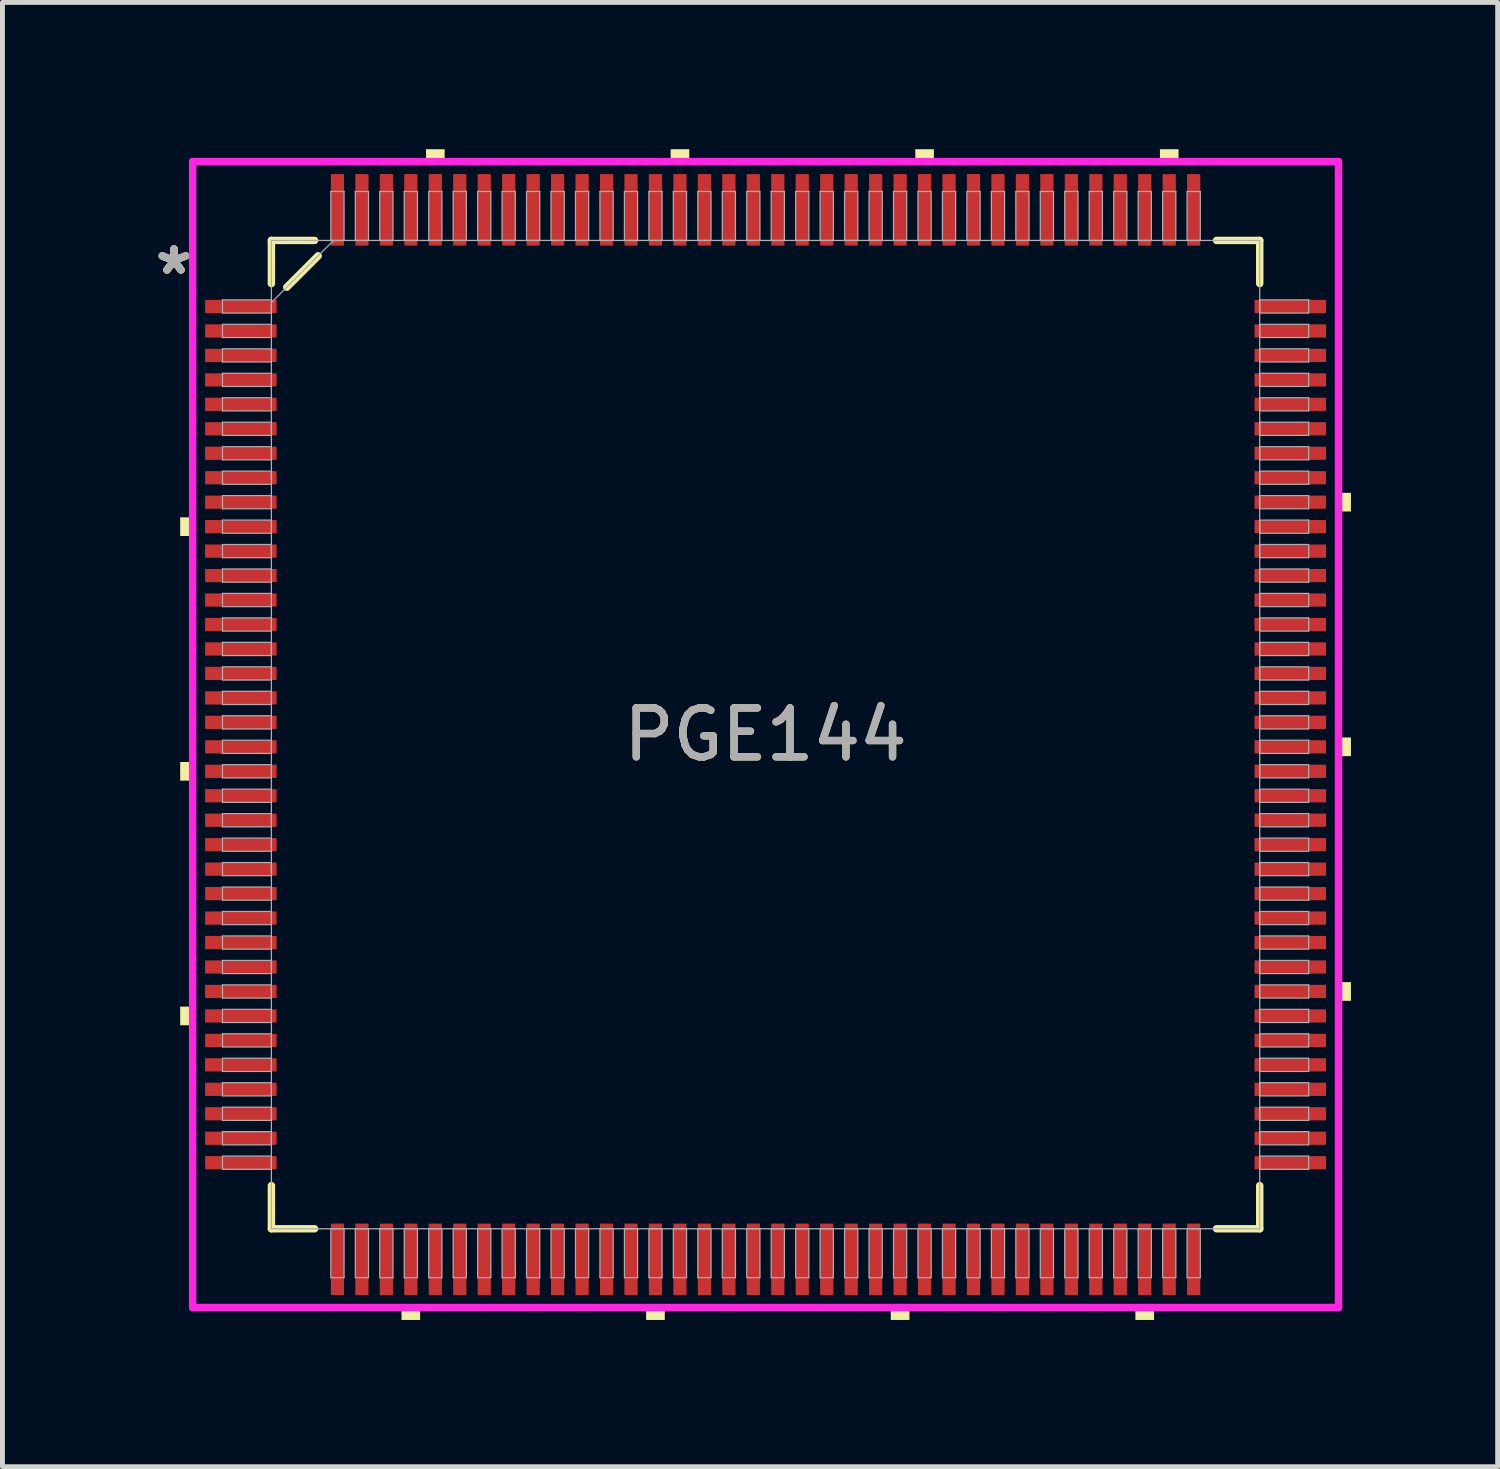
<source format=kicad_pcb>
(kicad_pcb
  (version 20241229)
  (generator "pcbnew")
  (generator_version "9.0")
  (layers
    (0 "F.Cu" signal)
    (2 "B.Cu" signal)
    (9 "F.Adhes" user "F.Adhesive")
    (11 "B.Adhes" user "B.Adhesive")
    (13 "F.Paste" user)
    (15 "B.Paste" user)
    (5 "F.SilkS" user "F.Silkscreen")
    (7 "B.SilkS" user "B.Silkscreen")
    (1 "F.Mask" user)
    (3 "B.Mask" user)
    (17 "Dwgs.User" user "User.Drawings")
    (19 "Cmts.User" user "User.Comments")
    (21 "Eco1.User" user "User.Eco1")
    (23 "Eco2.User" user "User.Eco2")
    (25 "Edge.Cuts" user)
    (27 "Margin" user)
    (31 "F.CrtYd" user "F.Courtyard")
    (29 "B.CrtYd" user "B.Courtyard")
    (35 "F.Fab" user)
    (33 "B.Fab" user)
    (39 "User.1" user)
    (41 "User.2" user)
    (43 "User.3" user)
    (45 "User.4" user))
  (footprint "PGE144"
    (layer "F.Cu")
    (at 12.597 11.964)
    (property "Reference" "PGE144" (at 0 0 0) (unlocked yes) (layer "F.SilkS") (effects (font (size 1 1) (thickness 0.15))))
    (attr smd)
    (fp_line (start -10.1 -10.1) (end -10.1 -9.218) (stroke (width 0.152) (type solid)) (layer "F.SilkS"))
    (fp_line (start -10.1 9.218) (end -10.1 10.1) (stroke (width 0.152) (type solid)) (layer "F.SilkS"))
    (fp_line (start -10.1 10.1) (end -9.218 10.1) (stroke (width 0.152) (type solid)) (layer "F.SilkS"))
    (fp_line (start -9.786 -9.144) (end -9.144 -9.786) (stroke (width 0.152) (type solid)) (layer "F.SilkS"))
    (fp_line (start -9.218 -10.1) (end -10.1 -10.1) (stroke (width 0.152) (type solid)) (layer "F.SilkS"))
    (fp_line (start 9.218 10.1) (end 10.1 10.1) (stroke (width 0.152) (type solid)) (layer "F.SilkS"))
    (fp_line (start 10.1 -10.1) (end 9.218 -10.1) (stroke (width 0.152) (type solid)) (layer "F.SilkS"))
    (fp_line (start 10.1 -9.218) (end 10.1 -10.1) (stroke (width 0.152) (type solid)) (layer "F.SilkS"))
    (fp_line (start 10.1 10.1) (end 10.1 9.218) (stroke (width 0.152) (type solid)) (layer "F.SilkS"))
    (fp_poly (pts (xy -11.964 -4.44) (xy -11.964 -4.059) (xy -11.71 -4.059) (xy -11.71 -4.44)) (stroke (width 0) (type solid)) (fill yes) (layer "F.SilkS"))
    (fp_poly (pts (xy -11.964 0.56) (xy -11.964 0.941) (xy -11.71 0.941) (xy -11.71 0.56)) (stroke (width 0) (type solid)) (fill yes) (layer "F.SilkS"))
    (fp_poly (pts (xy -11.964 5.56) (xy -11.964 5.941) (xy -11.71 5.941) (xy -11.71 5.56)) (stroke (width 0) (type solid)) (fill yes) (layer "F.SilkS"))
    (fp_poly (pts (xy -7.441 11.71) (xy -7.441 11.964) (xy -7.06 11.964) (xy -7.06 11.71)) (stroke (width 0) (type solid)) (fill yes) (layer "F.SilkS"))
    (fp_poly (pts (xy -6.94 -11.71) (xy -6.94 -11.964) (xy -6.559 -11.964) (xy -6.559 -11.71)) (stroke (width 0) (type solid)) (fill yes) (layer "F.SilkS"))
    (fp_poly (pts (xy -2.441 11.71) (xy -2.441 11.964) (xy -2.06 11.964) (xy -2.06 11.71)) (stroke (width 0) (type solid)) (fill yes) (layer "F.SilkS"))
    (fp_poly (pts (xy -1.94 -11.71) (xy -1.94 -11.964) (xy -1.559 -11.964) (xy -1.559 -11.71)) (stroke (width 0) (type solid)) (fill yes) (layer "F.SilkS"))
    (fp_poly (pts (xy 2.559 11.71) (xy 2.559 11.964) (xy 2.941 11.964) (xy 2.941 11.71)) (stroke (width 0) (type solid)) (fill yes) (layer "F.SilkS"))
    (fp_poly (pts (xy 3.06 -11.71) (xy 3.06 -11.964) (xy 3.441 -11.964) (xy 3.441 -11.71)) (stroke (width 0) (type solid)) (fill yes) (layer "F.SilkS"))
    (fp_poly (pts (xy 7.559 11.71) (xy 7.559 11.964) (xy 7.941 11.964) (xy 7.941 11.71)) (stroke (width 0) (type solid)) (fill yes) (layer "F.SilkS"))
    (fp_poly (pts (xy 8.06 -11.71) (xy 8.06 -11.964) (xy 8.441 -11.964) (xy 8.441 -11.71)) (stroke (width 0) (type solid)) (fill yes) (layer "F.SilkS"))
    (fp_poly (pts (xy 11.964 -4.941) (xy 11.964 -4.56) (xy 11.71 -4.56) (xy 11.71 -4.941)) (stroke (width 0) (type solid)) (fill yes) (layer "F.SilkS"))
    (fp_poly (pts (xy 11.964 0.059) (xy 11.964 0.441) (xy 11.71 0.441) (xy 11.71 0.059)) (stroke (width 0) (type solid)) (fill yes) (layer "F.SilkS"))
    (fp_poly (pts (xy 11.964 5.059) (xy 11.964 5.441) (xy 11.71 5.441) (xy 11.71 5.059)) (stroke (width 0) (type solid)) (fill yes) (layer "F.SilkS"))
    (fp_line (start -11.71 -11.71) (end 11.71 -11.71) (stroke (width 0.152) (type solid)) (layer "F.CrtYd"))
    (fp_line (start -11.71 11.71) (end -11.71 -11.71) (stroke (width 0.152) (type solid)) (layer "F.CrtYd"))
    (fp_line (start 11.71 -11.71) (end 11.71 11.71) (stroke (width 0.152) (type solid)) (layer "F.CrtYd"))
    (fp_line (start 11.71 11.71) (end -11.71 11.71) (stroke (width 0.152) (type solid)) (layer "F.CrtYd"))
    (fp_line (start -11.1 -8.885) (end -11.1 -8.615) (stroke (width 0.025) (type solid)) (layer "F.Fab"))
    (fp_line (start -11.1 -8.615) (end -10.1 -8.615) (stroke (width 0.025) (type solid)) (layer "F.Fab"))
    (fp_line (start -11.1 -8.385) (end -11.1 -8.115) (stroke (width 0.025) (type solid)) (layer "F.Fab"))
    (fp_line (start -11.1 -8.115) (end -10.1 -8.115) (stroke (width 0.025) (type solid)) (layer "F.Fab"))
    (fp_line (start -11.1 -7.885) (end -11.1 -7.615) (stroke (width 0.025) (type solid)) (layer "F.Fab"))
    (fp_line (start -11.1 -7.615) (end -10.1 -7.615) (stroke (width 0.025) (type solid)) (layer "F.Fab"))
    (fp_line (start -11.1 -7.385) (end -11.1 -7.115) (stroke (width 0.025) (type solid)) (layer "F.Fab"))
    (fp_line (start -11.1 -7.115) (end -10.1 -7.115) (stroke (width 0.025) (type solid)) (layer "F.Fab"))
    (fp_line (start -11.1 -6.885) (end -11.1 -6.615) (stroke (width 0.025) (type solid)) (layer "F.Fab"))
    (fp_line (start -11.1 -6.615) (end -10.1 -6.615) (stroke (width 0.025) (type solid)) (layer "F.Fab"))
    (fp_line (start -11.1 -6.385) (end -11.1 -6.115) (stroke (width 0.025) (type solid)) (layer "F.Fab"))
    (fp_line (start -11.1 -6.115) (end -10.1 -6.115) (stroke (width 0.025) (type solid)) (layer "F.Fab"))
    (fp_line (start -11.1 -5.885) (end -11.1 -5.615) (stroke (width 0.025) (type solid)) (layer "F.Fab"))
    (fp_line (start -11.1 -5.615) (end -10.1 -5.615) (stroke (width 0.025) (type solid)) (layer "F.Fab"))
    (fp_line (start -11.1 -5.385) (end -11.1 -5.115) (stroke (width 0.025) (type solid)) (layer "F.Fab"))
    (fp_line (start -11.1 -5.115) (end -10.1 -5.115) (stroke (width 0.025) (type solid)) (layer "F.Fab"))
    (fp_line (start -11.1 -4.885) (end -11.1 -4.615) (stroke (width 0.025) (type solid)) (layer "F.Fab"))
    (fp_line (start -11.1 -4.615) (end -10.1 -4.615) (stroke (width 0.025) (type solid)) (layer "F.Fab"))
    (fp_line (start -11.1 -4.385) (end -11.1 -4.115) (stroke (width 0.025) (type solid)) (layer "F.Fab"))
    (fp_line (start -11.1 -4.115) (end -10.1 -4.115) (stroke (width 0.025) (type solid)) (layer "F.Fab"))
    (fp_line (start -11.1 -3.885) (end -11.1 -3.615) (stroke (width 0.025) (type solid)) (layer "F.Fab"))
    (fp_line (start -11.1 -3.615) (end -10.1 -3.615) (stroke (width 0.025) (type solid)) (layer "F.Fab"))
    (fp_line (start -11.1 -3.385) (end -11.1 -3.115) (stroke (width 0.025) (type solid)) (layer "F.Fab"))
    (fp_line (start -11.1 -3.115) (end -10.1 -3.115) (stroke (width 0.025) (type solid)) (layer "F.Fab"))
    (fp_line (start -11.1 -2.885) (end -11.1 -2.615) (stroke (width 0.025) (type solid)) (layer "F.Fab"))
    (fp_line (start -11.1 -2.615) (end -10.1 -2.615) (stroke (width 0.025) (type solid)) (layer "F.Fab"))
    (fp_line (start -11.1 -2.385) (end -11.1 -2.115) (stroke (width 0.025) (type solid)) (layer "F.Fab"))
    (fp_line (start -11.1 -2.115) (end -10.1 -2.115) (stroke (width 0.025) (type solid)) (layer "F.Fab"))
    (fp_line (start -11.1 -1.885) (end -11.1 -1.615) (stroke (width 0.025) (type solid)) (layer "F.Fab"))
    (fp_line (start -11.1 -1.615) (end -10.1 -1.615) (stroke (width 0.025) (type solid)) (layer "F.Fab"))
    (fp_line (start -11.1 -1.385) (end -11.1 -1.115) (stroke (width 0.025) (type solid)) (layer "F.Fab"))
    (fp_line (start -11.1 -1.115) (end -10.1 -1.115) (stroke (width 0.025) (type solid)) (layer "F.Fab"))
    (fp_line (start -11.1 -0.885) (end -11.1 -0.615) (stroke (width 0.025) (type solid)) (layer "F.Fab"))
    (fp_line (start -11.1 -0.615) (end -10.1 -0.615) (stroke (width 0.025) (type solid)) (layer "F.Fab"))
    (fp_line (start -11.1 -0.385) (end -11.1 -0.115) (stroke (width 0.025) (type solid)) (layer "F.Fab"))
    (fp_line (start -11.1 -0.115) (end -10.1 -0.115) (stroke (width 0.025) (type solid)) (layer "F.Fab"))
    (fp_line (start -11.1 0.115) (end -11.1 0.385) (stroke (width 0.025) (type solid)) (layer "F.Fab"))
    (fp_line (start -11.1 0.385) (end -10.1 0.385) (stroke (width 0.025) (type solid)) (layer "F.Fab"))
    (fp_line (start -11.1 0.615) (end -11.1 0.885) (stroke (width 0.025) (type solid)) (layer "F.Fab"))
    (fp_line (start -11.1 0.885) (end -10.1 0.885) (stroke (width 0.025) (type solid)) (layer "F.Fab"))
    (fp_line (start -11.1 1.115) (end -11.1 1.385) (stroke (width 0.025) (type solid)) (layer "F.Fab"))
    (fp_line (start -11.1 1.385) (end -10.1 1.385) (stroke (width 0.025) (type solid)) (layer "F.Fab"))
    (fp_line (start -11.1 1.615) (end -11.1 1.885) (stroke (width 0.025) (type solid)) (layer "F.Fab"))
    (fp_line (start -11.1 1.885) (end -10.1 1.885) (stroke (width 0.025) (type solid)) (layer "F.Fab"))
    (fp_line (start -11.1 2.115) (end -11.1 2.385) (stroke (width 0.025) (type solid)) (layer "F.Fab"))
    (fp_line (start -11.1 2.385) (end -10.1 2.385) (stroke (width 0.025) (type solid)) (layer "F.Fab"))
    (fp_line (start -11.1 2.615) (end -11.1 2.885) (stroke (width 0.025) (type solid)) (layer "F.Fab"))
    (fp_line (start -11.1 2.885) (end -10.1 2.885) (stroke (width 0.025) (type solid)) (layer "F.Fab"))
    (fp_line (start -11.1 3.115) (end -11.1 3.385) (stroke (width 0.025) (type solid)) (layer "F.Fab"))
    (fp_line (start -11.1 3.385) (end -10.1 3.385) (stroke (width 0.025) (type solid)) (layer "F.Fab"))
    (fp_line (start -11.1 3.615) (end -11.1 3.885) (stroke (width 0.025) (type solid)) (layer "F.Fab"))
    (fp_line (start -11.1 3.885) (end -10.1 3.885) (stroke (width 0.025) (type solid)) (layer "F.Fab"))
    (fp_line (start -11.1 4.115) (end -11.1 4.385) (stroke (width 0.025) (type solid)) (layer "F.Fab"))
    (fp_line (start -11.1 4.385) (end -10.1 4.385) (stroke (width 0.025) (type solid)) (layer "F.Fab"))
    (fp_line (start -11.1 4.615) (end -11.1 4.885) (stroke (width 0.025) (type solid)) (layer "F.Fab"))
    (fp_line (start -11.1 4.885) (end -10.1 4.885) (stroke (width 0.025) (type solid)) (layer "F.Fab"))
    (fp_line (start -11.1 5.115) (end -11.1 5.385) (stroke (width 0.025) (type solid)) (layer "F.Fab"))
    (fp_line (start -11.1 5.385) (end -10.1 5.385) (stroke (width 0.025) (type solid)) (layer "F.Fab"))
    (fp_line (start -11.1 5.615) (end -11.1 5.885) (stroke (width 0.025) (type solid)) (layer "F.Fab"))
    (fp_line (start -11.1 5.885) (end -10.1 5.885) (stroke (width 0.025) (type solid)) (layer "F.Fab"))
    (fp_line (start -11.1 6.115) (end -11.1 6.385) (stroke (width 0.025) (type solid)) (layer "F.Fab"))
    (fp_line (start -11.1 6.385) (end -10.1 6.385) (stroke (width 0.025) (type solid)) (layer "F.Fab"))
    (fp_line (start -11.1 6.615) (end -11.1 6.885) (stroke (width 0.025) (type solid)) (layer "F.Fab"))
    (fp_line (start -11.1 6.885) (end -10.1 6.885) (stroke (width 0.025) (type solid)) (layer "F.Fab"))
    (fp_line (start -11.1 7.115) (end -11.1 7.385) (stroke (width 0.025) (type solid)) (layer "F.Fab"))
    (fp_line (start -11.1 7.385) (end -10.1 7.385) (stroke (width 0.025) (type solid)) (layer "F.Fab"))
    (fp_line (start -11.1 7.615) (end -11.1 7.885) (stroke (width 0.025) (type solid)) (layer "F.Fab"))
    (fp_line (start -11.1 7.885) (end -10.1 7.885) (stroke (width 0.025) (type solid)) (layer "F.Fab"))
    (fp_line (start -11.1 8.115) (end -11.1 8.385) (stroke (width 0.025) (type solid)) (layer "F.Fab"))
    (fp_line (start -11.1 8.385) (end -10.1 8.385) (stroke (width 0.025) (type solid)) (layer "F.Fab"))
    (fp_line (start -11.1 8.615) (end -11.1 8.885) (stroke (width 0.025) (type solid)) (layer "F.Fab"))
    (fp_line (start -11.1 8.885) (end -10.1 8.885) (stroke (width 0.025) (type solid)) (layer "F.Fab"))
    (fp_line (start -10.1 -10.1) (end -10.1 -10.1) (stroke (width 0.025) (type solid)) (layer "F.Fab"))
    (fp_line (start -10.1 -10.1) (end -10.1 10.1) (stroke (width 0.025) (type solid)) (layer "F.Fab"))
    (fp_line (start -10.1 -8.885) (end -11.1 -8.885) (stroke (width 0.025) (type solid)) (layer "F.Fab"))
    (fp_line (start -10.1 -8.83) (end -8.83 -10.1) (stroke (width 0.025) (type solid)) (layer "F.Fab"))
    (fp_line (start -10.1 -8.615) (end -10.1 -8.885) (stroke (width 0.025) (type solid)) (layer "F.Fab"))
    (fp_line (start -10.1 -8.385) (end -11.1 -8.385) (stroke (width 0.025) (type solid)) (layer "F.Fab"))
    (fp_line (start -10.1 -8.115) (end -10.1 -8.385) (stroke (width 0.025) (type solid)) (layer "F.Fab"))
    (fp_line (start -10.1 -7.885) (end -11.1 -7.885) (stroke (width 0.025) (type solid)) (layer "F.Fab"))
    (fp_line (start -10.1 -7.615) (end -10.1 -7.885) (stroke (width 0.025) (type solid)) (layer "F.Fab"))
    (fp_line (start -10.1 -7.385) (end -11.1 -7.385) (stroke (width 0.025) (type solid)) (layer "F.Fab"))
    (fp_line (start -10.1 -7.115) (end -10.1 -7.385) (stroke (width 0.025) (type solid)) (layer "F.Fab"))
    (fp_line (start -10.1 -6.885) (end -11.1 -6.885) (stroke (width 0.025) (type solid)) (layer "F.Fab"))
    (fp_line (start -10.1 -6.615) (end -10.1 -6.885) (stroke (width 0.025) (type solid)) (layer "F.Fab"))
    (fp_line (start -10.1 -6.385) (end -11.1 -6.385) (stroke (width 0.025) (type solid)) (layer "F.Fab"))
    (fp_line (start -10.1 -6.115) (end -10.1 -6.385) (stroke (width 0.025) (type solid)) (layer "F.Fab"))
    (fp_line (start -10.1 -5.885) (end -11.1 -5.885) (stroke (width 0.025) (type solid)) (layer "F.Fab"))
    (fp_line (start -10.1 -5.615) (end -10.1 -5.885) (stroke (width 0.025) (type solid)) (layer "F.Fab"))
    (fp_line (start -10.1 -5.385) (end -11.1 -5.385) (stroke (width 0.025) (type solid)) (layer "F.Fab"))
    (fp_line (start -10.1 -5.115) (end -10.1 -5.385) (stroke (width 0.025) (type solid)) (layer "F.Fab"))
    (fp_line (start -10.1 -4.885) (end -11.1 -4.885) (stroke (width 0.025) (type solid)) (layer "F.Fab"))
    (fp_line (start -10.1 -4.615) (end -10.1 -4.885) (stroke (width 0.025) (type solid)) (layer "F.Fab"))
    (fp_line (start -10.1 -4.385) (end -11.1 -4.385) (stroke (width 0.025) (type solid)) (layer "F.Fab"))
    (fp_line (start -10.1 -4.115) (end -10.1 -4.385) (stroke (width 0.025) (type solid)) (layer "F.Fab"))
    (fp_line (start -10.1 -3.885) (end -11.1 -3.885) (stroke (width 0.025) (type solid)) (layer "F.Fab"))
    (fp_line (start -10.1 -3.615) (end -10.1 -3.885) (stroke (width 0.025) (type solid)) (layer "F.Fab"))
    (fp_line (start -10.1 -3.385) (end -11.1 -3.385) (stroke (width 0.025) (type solid)) (layer "F.Fab"))
    (fp_line (start -10.1 -3.115) (end -10.1 -3.385) (stroke (width 0.025) (type solid)) (layer "F.Fab"))
    (fp_line (start -10.1 -2.885) (end -11.1 -2.885) (stroke (width 0.025) (type solid)) (layer "F.Fab"))
    (fp_line (start -10.1 -2.615) (end -10.1 -2.885) (stroke (width 0.025) (type solid)) (layer "F.Fab"))
    (fp_line (start -10.1 -2.385) (end -11.1 -2.385) (stroke (width 0.025) (type solid)) (layer "F.Fab"))
    (fp_line (start -10.1 -2.115) (end -10.1 -2.385) (stroke (width 0.025) (type solid)) (layer "F.Fab"))
    (fp_line (start -10.1 -1.885) (end -11.1 -1.885) (stroke (width 0.025) (type solid)) (layer "F.Fab"))
    (fp_line (start -10.1 -1.615) (end -10.1 -1.885) (stroke (width 0.025) (type solid)) (layer "F.Fab"))
    (fp_line (start -10.1 -1.385) (end -11.1 -1.385) (stroke (width 0.025) (type solid)) (layer "F.Fab"))
    (fp_line (start -10.1 -1.115) (end -10.1 -1.385) (stroke (width 0.025) (type solid)) (layer "F.Fab"))
    (fp_line (start -10.1 -0.885) (end -11.1 -0.885) (stroke (width 0.025) (type solid)) (layer "F.Fab"))
    (fp_line (start -10.1 -0.615) (end -10.1 -0.885) (stroke (width 0.025) (type solid)) (layer "F.Fab"))
    (fp_line (start -10.1 -0.385) (end -11.1 -0.385) (stroke (width 0.025) (type solid)) (layer "F.Fab"))
    (fp_line (start -10.1 -0.115) (end -10.1 -0.385) (stroke (width 0.025) (type solid)) (layer "F.Fab"))
    (fp_line (start -10.1 0.115) (end -11.1 0.115) (stroke (width 0.025) (type solid)) (layer "F.Fab"))
    (fp_line (start -10.1 0.385) (end -10.1 0.115) (stroke (width 0.025) (type solid)) (layer "F.Fab"))
    (fp_line (start -10.1 0.615) (end -11.1 0.615) (stroke (width 0.025) (type solid)) (layer "F.Fab"))
    (fp_line (start -10.1 0.885) (end -10.1 0.615) (stroke (width 0.025) (type solid)) (layer "F.Fab"))
    (fp_line (start -10.1 1.115) (end -11.1 1.115) (stroke (width 0.025) (type solid)) (layer "F.Fab"))
    (fp_line (start -10.1 1.385) (end -10.1 1.115) (stroke (width 0.025) (type solid)) (layer "F.Fab"))
    (fp_line (start -10.1 1.615) (end -11.1 1.615) (stroke (width 0.025) (type solid)) (layer "F.Fab"))
    (fp_line (start -10.1 1.885) (end -10.1 1.615) (stroke (width 0.025) (type solid)) (layer "F.Fab"))
    (fp_line (start -10.1 2.115) (end -11.1 2.115) (stroke (width 0.025) (type solid)) (layer "F.Fab"))
    (fp_line (start -10.1 2.385) (end -10.1 2.115) (stroke (width 0.025) (type solid)) (layer "F.Fab"))
    (fp_line (start -10.1 2.615) (end -11.1 2.615) (stroke (width 0.025) (type solid)) (layer "F.Fab"))
    (fp_line (start -10.1 2.885) (end -10.1 2.615) (stroke (width 0.025) (type solid)) (layer "F.Fab"))
    (fp_line (start -10.1 3.115) (end -11.1 3.115) (stroke (width 0.025) (type solid)) (layer "F.Fab"))
    (fp_line (start -10.1 3.385) (end -10.1 3.115) (stroke (width 0.025) (type solid)) (layer "F.Fab"))
    (fp_line (start -10.1 3.615) (end -11.1 3.615) (stroke (width 0.025) (type solid)) (layer "F.Fab"))
    (fp_line (start -10.1 3.885) (end -10.1 3.615) (stroke (width 0.025) (type solid)) (layer "F.Fab"))
    (fp_line (start -10.1 4.115) (end -11.1 4.115) (stroke (width 0.025) (type solid)) (layer "F.Fab"))
    (fp_line (start -10.1 4.385) (end -10.1 4.115) (stroke (width 0.025) (type solid)) (layer "F.Fab"))
    (fp_line (start -10.1 4.615) (end -11.1 4.615) (stroke (width 0.025) (type solid)) (layer "F.Fab"))
    (fp_line (start -10.1 4.885) (end -10.1 4.615) (stroke (width 0.025) (type solid)) (layer "F.Fab"))
    (fp_line (start -10.1 5.115) (end -11.1 5.115) (stroke (width 0.025) (type solid)) (layer "F.Fab"))
    (fp_line (start -10.1 5.385) (end -10.1 5.115) (stroke (width 0.025) (type solid)) (layer "F.Fab"))
    (fp_line (start -10.1 5.615) (end -11.1 5.615) (stroke (width 0.025) (type solid)) (layer "F.Fab"))
    (fp_line (start -10.1 5.885) (end -10.1 5.615) (stroke (width 0.025) (type solid)) (layer "F.Fab"))
    (fp_line (start -10.1 6.115) (end -11.1 6.115) (stroke (width 0.025) (type solid)) (layer "F.Fab"))
    (fp_line (start -10.1 6.385) (end -10.1 6.115) (stroke (width 0.025) (type solid)) (layer "F.Fab"))
    (fp_line (start -10.1 6.615) (end -11.1 6.615) (stroke (width 0.025) (type solid)) (layer "F.Fab"))
    (fp_line (start -10.1 6.885) (end -10.1 6.615) (stroke (width 0.025) (type solid)) (layer "F.Fab"))
    (fp_line (start -10.1 7.115) (end -11.1 7.115) (stroke (width 0.025) (type solid)) (layer "F.Fab"))
    (fp_line (start -10.1 7.385) (end -10.1 7.115) (stroke (width 0.025) (type solid)) (layer "F.Fab"))
    (fp_line (start -10.1 7.615) (end -11.1 7.615) (stroke (width 0.025) (type solid)) (layer "F.Fab"))
    (fp_line (start -10.1 7.885) (end -10.1 7.615) (stroke (width 0.025) (type solid)) (layer "F.Fab"))
    (fp_line (start -10.1 8.115) (end -11.1 8.115) (stroke (width 0.025) (type solid)) (layer "F.Fab"))
    (fp_line (start -10.1 8.385) (end -10.1 8.115) (stroke (width 0.025) (type solid)) (layer "F.Fab"))
    (fp_line (start -10.1 8.615) (end -11.1 8.615) (stroke (width 0.025) (type solid)) (layer "F.Fab"))
    (fp_line (start -10.1 8.885) (end -10.1 8.615) (stroke (width 0.025) (type solid)) (layer "F.Fab"))
    (fp_line (start -10.1 10.1) (end -10.1 10.1) (stroke (width 0.025) (type solid)) (layer "F.Fab"))
    (fp_line (start -10.1 10.1) (end 10.1 10.1) (stroke (width 0.025) (type solid)) (layer "F.Fab"))
    (fp_line (start -8.885 -11.1) (end -8.885 -10.1) (stroke (width 0.025) (type solid)) (layer "F.Fab"))
    (fp_line (start -8.885 -10.1) (end -8.615 -10.1) (stroke (width 0.025) (type solid)) (layer "F.Fab"))
    (fp_line (start -8.885 10.1) (end -8.885 11.1) (stroke (width 0.025) (type solid)) (layer "F.Fab"))
    (fp_line (start -8.885 11.1) (end -8.615 11.1) (stroke (width 0.025) (type solid)) (layer "F.Fab"))
    (fp_line (start -8.615 -11.1) (end -8.885 -11.1) (stroke (width 0.025) (type solid)) (layer "F.Fab"))
    (fp_line (start -8.615 -10.1) (end -8.615 -11.1) (stroke (width 0.025) (type solid)) (layer "F.Fab"))
    (fp_line (start -8.615 10.1) (end -8.885 10.1) (stroke (width 0.025) (type solid)) (layer "F.Fab"))
    (fp_line (start -8.615 11.1) (end -8.615 10.1) (stroke (width 0.025) (type solid)) (layer "F.Fab"))
    (fp_line (start -8.385 -11.1) (end -8.385 -10.1) (stroke (width 0.025) (type solid)) (layer "F.Fab"))
    (fp_line (start -8.385 -10.1) (end -8.115 -10.1) (stroke (width 0.025) (type solid)) (layer "F.Fab"))
    (fp_line (start -8.385 10.1) (end -8.385 11.1) (stroke (width 0.025) (type solid)) (layer "F.Fab"))
    (fp_line (start -8.385 11.1) (end -8.115 11.1) (stroke (width 0.025) (type solid)) (layer "F.Fab"))
    (fp_line (start -8.115 -11.1) (end -8.385 -11.1) (stroke (width 0.025) (type solid)) (layer "F.Fab"))
    (fp_line (start -8.115 -10.1) (end -8.115 -11.1) (stroke (width 0.025) (type solid)) (layer "F.Fab"))
    (fp_line (start -8.115 10.1) (end -8.385 10.1) (stroke (width 0.025) (type solid)) (layer "F.Fab"))
    (fp_line (start -8.115 11.1) (end -8.115 10.1) (stroke (width 0.025) (type solid)) (layer "F.Fab"))
    (fp_line (start -7.885 -11.1) (end -7.885 -10.1) (stroke (width 0.025) (type solid)) (layer "F.Fab"))
    (fp_line (start -7.885 -10.1) (end -7.615 -10.1) (stroke (width 0.025) (type solid)) (layer "F.Fab"))
    (fp_line (start -7.885 10.1) (end -7.885 11.1) (stroke (width 0.025) (type solid)) (layer "F.Fab"))
    (fp_line (start -7.885 11.1) (end -7.615 11.1) (stroke (width 0.025) (type solid)) (layer "F.Fab"))
    (fp_line (start -7.615 -11.1) (end -7.885 -11.1) (stroke (width 0.025) (type solid)) (layer "F.Fab"))
    (fp_line (start -7.615 -10.1) (end -7.615 -11.1) (stroke (width 0.025) (type solid)) (layer "F.Fab"))
    (fp_line (start -7.615 10.1) (end -7.885 10.1) (stroke (width 0.025) (type solid)) (layer "F.Fab"))
    (fp_line (start -7.615 11.1) (end -7.615 10.1) (stroke (width 0.025) (type solid)) (layer "F.Fab"))
    (fp_line (start -7.385 -11.1) (end -7.385 -10.1) (stroke (width 0.025) (type solid)) (layer "F.Fab"))
    (fp_line (start -7.385 -10.1) (end -7.115 -10.1) (stroke (width 0.025) (type solid)) (layer "F.Fab"))
    (fp_line (start -7.385 10.1) (end -7.385 11.1) (stroke (width 0.025) (type solid)) (layer "F.Fab"))
    (fp_line (start -7.385 11.1) (end -7.115 11.1) (stroke (width 0.025) (type solid)) (layer "F.Fab"))
    (fp_line (start -7.115 -11.1) (end -7.385 -11.1) (stroke (width 0.025) (type solid)) (layer "F.Fab"))
    (fp_line (start -7.115 -10.1) (end -7.115 -11.1) (stroke (width 0.025) (type solid)) (layer "F.Fab"))
    (fp_line (start -7.115 10.1) (end -7.385 10.1) (stroke (width 0.025) (type solid)) (layer "F.Fab"))
    (fp_line (start -7.115 11.1) (end -7.115 10.1) (stroke (width 0.025) (type solid)) (layer "F.Fab"))
    (fp_line (start -6.885 -11.1) (end -6.885 -10.1) (stroke (width 0.025) (type solid)) (layer "F.Fab"))
    (fp_line (start -6.885 -10.1) (end -6.615 -10.1) (stroke (width 0.025) (type solid)) (layer "F.Fab"))
    (fp_line (start -6.885 10.1) (end -6.885 11.1) (stroke (width 0.025) (type solid)) (layer "F.Fab"))
    (fp_line (start -6.885 11.1) (end -6.615 11.1) (stroke (width 0.025) (type solid)) (layer "F.Fab"))
    (fp_line (start -6.615 -11.1) (end -6.885 -11.1) (stroke (width 0.025) (type solid)) (layer "F.Fab"))
    (fp_line (start -6.615 -10.1) (end -6.615 -11.1) (stroke (width 0.025) (type solid)) (layer "F.Fab"))
    (fp_line (start -6.615 10.1) (end -6.885 10.1) (stroke (width 0.025) (type solid)) (layer "F.Fab"))
    (fp_line (start -6.615 11.1) (end -6.615 10.1) (stroke (width 0.025) (type solid)) (layer "F.Fab"))
    (fp_line (start -6.385 -11.1) (end -6.385 -10.1) (stroke (width 0.025) (type solid)) (layer "F.Fab"))
    (fp_line (start -6.385 -10.1) (end -6.115 -10.1) (stroke (width 0.025) (type solid)) (layer "F.Fab"))
    (fp_line (start -6.385 10.1) (end -6.385 11.1) (stroke (width 0.025) (type solid)) (layer "F.Fab"))
    (fp_line (start -6.385 11.1) (end -6.115 11.1) (stroke (width 0.025) (type solid)) (layer "F.Fab"))
    (fp_line (start -6.115 -11.1) (end -6.385 -11.1) (stroke (width 0.025) (type solid)) (layer "F.Fab"))
    (fp_line (start -6.115 -10.1) (end -6.115 -11.1) (stroke (width 0.025) (type solid)) (layer "F.Fab"))
    (fp_line (start -6.115 10.1) (end -6.385 10.1) (stroke (width 0.025) (type solid)) (layer "F.Fab"))
    (fp_line (start -6.115 11.1) (end -6.115 10.1) (stroke (width 0.025) (type solid)) (layer "F.Fab"))
    (fp_line (start -5.885 -11.1) (end -5.885 -10.1) (stroke (width 0.025) (type solid)) (layer "F.Fab"))
    (fp_line (start -5.885 -10.1) (end -5.615 -10.1) (stroke (width 0.025) (type solid)) (layer "F.Fab"))
    (fp_line (start -5.885 10.1) (end -5.885 11.1) (stroke (width 0.025) (type solid)) (layer "F.Fab"))
    (fp_line (start -5.885 11.1) (end -5.615 11.1) (stroke (width 0.025) (type solid)) (layer "F.Fab"))
    (fp_line (start -5.615 -11.1) (end -5.885 -11.1) (stroke (width 0.025) (type solid)) (layer "F.Fab"))
    (fp_line (start -5.615 -10.1) (end -5.615 -11.1) (stroke (width 0.025) (type solid)) (layer "F.Fab"))
    (fp_line (start -5.615 10.1) (end -5.885 10.1) (stroke (width 0.025) (type solid)) (layer "F.Fab"))
    (fp_line (start -5.615 11.1) (end -5.615 10.1) (stroke (width 0.025) (type solid)) (layer "F.Fab"))
    (fp_line (start -5.385 -11.1) (end -5.385 -10.1) (stroke (width 0.025) (type solid)) (layer "F.Fab"))
    (fp_line (start -5.385 -10.1) (end -5.115 -10.1) (stroke (width 0.025) (type solid)) (layer "F.Fab"))
    (fp_line (start -5.385 10.1) (end -5.385 11.1) (stroke (width 0.025) (type solid)) (layer "F.Fab"))
    (fp_line (start -5.385 11.1) (end -5.115 11.1) (stroke (width 0.025) (type solid)) (layer "F.Fab"))
    (fp_line (start -5.115 -11.1) (end -5.385 -11.1) (stroke (width 0.025) (type solid)) (layer "F.Fab"))
    (fp_line (start -5.115 -10.1) (end -5.115 -11.1) (stroke (width 0.025) (type solid)) (layer "F.Fab"))
    (fp_line (start -5.115 10.1) (end -5.385 10.1) (stroke (width 0.025) (type solid)) (layer "F.Fab"))
    (fp_line (start -5.115 11.1) (end -5.115 10.1) (stroke (width 0.025) (type solid)) (layer "F.Fab"))
    (fp_line (start -4.885 -11.1) (end -4.885 -10.1) (stroke (width 0.025) (type solid)) (layer "F.Fab"))
    (fp_line (start -4.885 -10.1) (end -4.615 -10.1) (stroke (width 0.025) (type solid)) (layer "F.Fab"))
    (fp_line (start -4.885 10.1) (end -4.885 11.1) (stroke (width 0.025) (type solid)) (layer "F.Fab"))
    (fp_line (start -4.885 11.1) (end -4.615 11.1) (stroke (width 0.025) (type solid)) (layer "F.Fab"))
    (fp_line (start -4.615 -11.1) (end -4.885 -11.1) (stroke (width 0.025) (type solid)) (layer "F.Fab"))
    (fp_line (start -4.615 -10.1) (end -4.615 -11.1) (stroke (width 0.025) (type solid)) (layer "F.Fab"))
    (fp_line (start -4.615 10.1) (end -4.885 10.1) (stroke (width 0.025) (type solid)) (layer "F.Fab"))
    (fp_line (start -4.615 11.1) (end -4.615 10.1) (stroke (width 0.025) (type solid)) (layer "F.Fab"))
    (fp_line (start -4.385 -11.1) (end -4.385 -10.1) (stroke (width 0.025) (type solid)) (layer "F.Fab"))
    (fp_line (start -4.385 -10.1) (end -4.115 -10.1) (stroke (width 0.025) (type solid)) (layer "F.Fab"))
    (fp_line (start -4.385 10.1) (end -4.385 11.1) (stroke (width 0.025) (type solid)) (layer "F.Fab"))
    (fp_line (start -4.385 11.1) (end -4.115 11.1) (stroke (width 0.025) (type solid)) (layer "F.Fab"))
    (fp_line (start -4.115 -11.1) (end -4.385 -11.1) (stroke (width 0.025) (type solid)) (layer "F.Fab"))
    (fp_line (start -4.115 -10.1) (end -4.115 -11.1) (stroke (width 0.025) (type solid)) (layer "F.Fab"))
    (fp_line (start -4.115 10.1) (end -4.385 10.1) (stroke (width 0.025) (type solid)) (layer "F.Fab"))
    (fp_line (start -4.115 11.1) (end -4.115 10.1) (stroke (width 0.025) (type solid)) (layer "F.Fab"))
    (fp_line (start -3.885 -11.1) (end -3.885 -10.1) (stroke (width 0.025) (type solid)) (layer "F.Fab"))
    (fp_line (start -3.885 -10.1) (end -3.615 -10.1) (stroke (width 0.025) (type solid)) (layer "F.Fab"))
    (fp_line (start -3.885 10.1) (end -3.885 11.1) (stroke (width 0.025) (type solid)) (layer "F.Fab"))
    (fp_line (start -3.885 11.1) (end -3.615 11.1) (stroke (width 0.025) (type solid)) (layer "F.Fab"))
    (fp_line (start -3.615 -11.1) (end -3.885 -11.1) (stroke (width 0.025) (type solid)) (layer "F.Fab"))
    (fp_line (start -3.615 -10.1) (end -3.615 -11.1) (stroke (width 0.025) (type solid)) (layer "F.Fab"))
    (fp_line (start -3.615 10.1) (end -3.885 10.1) (stroke (width 0.025) (type solid)) (layer "F.Fab"))
    (fp_line (start -3.615 11.1) (end -3.615 10.1) (stroke (width 0.025) (type solid)) (layer "F.Fab"))
    (fp_line (start -3.385 -11.1) (end -3.385 -10.1) (stroke (width 0.025) (type solid)) (layer "F.Fab"))
    (fp_line (start -3.385 -10.1) (end -3.115 -10.1) (stroke (width 0.025) (type solid)) (layer "F.Fab"))
    (fp_line (start -3.385 10.1) (end -3.385 11.1) (stroke (width 0.025) (type solid)) (layer "F.Fab"))
    (fp_line (start -3.385 11.1) (end -3.115 11.1) (stroke (width 0.025) (type solid)) (layer "F.Fab"))
    (fp_line (start -3.115 -11.1) (end -3.385 -11.1) (stroke (width 0.025) (type solid)) (layer "F.Fab"))
    (fp_line (start -3.115 -10.1) (end -3.115 -11.1) (stroke (width 0.025) (type solid)) (layer "F.Fab"))
    (fp_line (start -3.115 10.1) (end -3.385 10.1) (stroke (width 0.025) (type solid)) (layer "F.Fab"))
    (fp_line (start -3.115 11.1) (end -3.115 10.1) (stroke (width 0.025) (type solid)) (layer "F.Fab"))
    (fp_line (start -2.885 -11.1) (end -2.885 -10.1) (stroke (width 0.025) (type solid)) (layer "F.Fab"))
    (fp_line (start -2.885 -10.1) (end -2.615 -10.1) (stroke (width 0.025) (type solid)) (layer "F.Fab"))
    (fp_line (start -2.885 10.1) (end -2.885 11.1) (stroke (width 0.025) (type solid)) (layer "F.Fab"))
    (fp_line (start -2.885 11.1) (end -2.615 11.1) (stroke (width 0.025) (type solid)) (layer "F.Fab"))
    (fp_line (start -2.615 -11.1) (end -2.885 -11.1) (stroke (width 0.025) (type solid)) (layer "F.Fab"))
    (fp_line (start -2.615 -10.1) (end -2.615 -11.1) (stroke (width 0.025) (type solid)) (layer "F.Fab"))
    (fp_line (start -2.615 10.1) (end -2.885 10.1) (stroke (width 0.025) (type solid)) (layer "F.Fab"))
    (fp_line (start -2.615 11.1) (end -2.615 10.1) (stroke (width 0.025) (type solid)) (layer "F.Fab"))
    (fp_line (start -2.385 -11.1) (end -2.385 -10.1) (stroke (width 0.025) (type solid)) (layer "F.Fab"))
    (fp_line (start -2.385 -10.1) (end -2.115 -10.1) (stroke (width 0.025) (type solid)) (layer "F.Fab"))
    (fp_line (start -2.385 10.1) (end -2.385 11.1) (stroke (width 0.025) (type solid)) (layer "F.Fab"))
    (fp_line (start -2.385 11.1) (end -2.115 11.1) (stroke (width 0.025) (type solid)) (layer "F.Fab"))
    (fp_line (start -2.115 -11.1) (end -2.385 -11.1) (stroke (width 0.025) (type solid)) (layer "F.Fab"))
    (fp_line (start -2.115 -10.1) (end -2.115 -11.1) (stroke (width 0.025) (type solid)) (layer "F.Fab"))
    (fp_line (start -2.115 10.1) (end -2.385 10.1) (stroke (width 0.025) (type solid)) (layer "F.Fab"))
    (fp_line (start -2.115 11.1) (end -2.115 10.1) (stroke (width 0.025) (type solid)) (layer "F.Fab"))
    (fp_line (start -1.885 -11.1) (end -1.885 -10.1) (stroke (width 0.025) (type solid)) (layer "F.Fab"))
    (fp_line (start -1.885 -10.1) (end -1.615 -10.1) (stroke (width 0.025) (type solid)) (layer "F.Fab"))
    (fp_line (start -1.885 10.1) (end -1.885 11.1) (stroke (width 0.025) (type solid)) (layer "F.Fab"))
    (fp_line (start -1.885 11.1) (end -1.615 11.1) (stroke (width 0.025) (type solid)) (layer "F.Fab"))
    (fp_line (start -1.615 -11.1) (end -1.885 -11.1) (stroke (width 0.025) (type solid)) (layer "F.Fab"))
    (fp_line (start -1.615 -10.1) (end -1.615 -11.1) (stroke (width 0.025) (type solid)) (layer "F.Fab"))
    (fp_line (start -1.615 10.1) (end -1.885 10.1) (stroke (width 0.025) (type solid)) (layer "F.Fab"))
    (fp_line (start -1.615 11.1) (end -1.615 10.1) (stroke (width 0.025) (type solid)) (layer "F.Fab"))
    (fp_line (start -1.385 -11.1) (end -1.385 -10.1) (stroke (width 0.025) (type solid)) (layer "F.Fab"))
    (fp_line (start -1.385 -10.1) (end -1.115 -10.1) (stroke (width 0.025) (type solid)) (layer "F.Fab"))
    (fp_line (start -1.385 10.1) (end -1.385 11.1) (stroke (width 0.025) (type solid)) (layer "F.Fab"))
    (fp_line (start -1.385 11.1) (end -1.115 11.1) (stroke (width 0.025) (type solid)) (layer "F.Fab"))
    (fp_line (start -1.115 -11.1) (end -1.385 -11.1) (stroke (width 0.025) (type solid)) (layer "F.Fab"))
    (fp_line (start -1.115 -10.1) (end -1.115 -11.1) (stroke (width 0.025) (type solid)) (layer "F.Fab"))
    (fp_line (start -1.115 10.1) (end -1.385 10.1) (stroke (width 0.025) (type solid)) (layer "F.Fab"))
    (fp_line (start -1.115 11.1) (end -1.115 10.1) (stroke (width 0.025) (type solid)) (layer "F.Fab"))
    (fp_line (start -0.885 -11.1) (end -0.885 -10.1) (stroke (width 0.025) (type solid)) (layer "F.Fab"))
    (fp_line (start -0.885 -10.1) (end -0.615 -10.1) (stroke (width 0.025) (type solid)) (layer "F.Fab"))
    (fp_line (start -0.885 10.1) (end -0.885 11.1) (stroke (width 0.025) (type solid)) (layer "F.Fab"))
    (fp_line (start -0.885 11.1) (end -0.615 11.1) (stroke (width 0.025) (type solid)) (layer "F.Fab"))
    (fp_line (start -0.615 -11.1) (end -0.885 -11.1) (stroke (width 0.025) (type solid)) (layer "F.Fab"))
    (fp_line (start -0.615 -10.1) (end -0.615 -11.1) (stroke (width 0.025) (type solid)) (layer "F.Fab"))
    (fp_line (start -0.615 10.1) (end -0.885 10.1) (stroke (width 0.025) (type solid)) (layer "F.Fab"))
    (fp_line (start -0.615 11.1) (end -0.615 10.1) (stroke (width 0.025) (type solid)) (layer "F.Fab"))
    (fp_line (start -0.385 -11.1) (end -0.385 -10.1) (stroke (width 0.025) (type solid)) (layer "F.Fab"))
    (fp_line (start -0.385 -10.1) (end -0.115 -10.1) (stroke (width 0.025) (type solid)) (layer "F.Fab"))
    (fp_line (start -0.385 10.1) (end -0.385 11.1) (stroke (width 0.025) (type solid)) (layer "F.Fab"))
    (fp_line (start -0.385 11.1) (end -0.115 11.1) (stroke (width 0.025) (type solid)) (layer "F.Fab"))
    (fp_line (start -0.115 -11.1) (end -0.385 -11.1) (stroke (width 0.025) (type solid)) (layer "F.Fab"))
    (fp_line (start -0.115 -10.1) (end -0.115 -11.1) (stroke (width 0.025) (type solid)) (layer "F.Fab"))
    (fp_line (start -0.115 10.1) (end -0.385 10.1) (stroke (width 0.025) (type solid)) (layer "F.Fab"))
    (fp_line (start -0.115 11.1) (end -0.115 10.1) (stroke (width 0.025) (type solid)) (layer "F.Fab"))
    (fp_line (start 0.115 -11.1) (end 0.115 -10.1) (stroke (width 0.025) (type solid)) (layer "F.Fab"))
    (fp_line (start 0.115 -10.1) (end 0.385 -10.1) (stroke (width 0.025) (type solid)) (layer "F.Fab"))
    (fp_line (start 0.115 10.1) (end 0.115 11.1) (stroke (width 0.025) (type solid)) (layer "F.Fab"))
    (fp_line (start 0.115 11.1) (end 0.385 11.1) (stroke (width 0.025) (type solid)) (layer "F.Fab"))
    (fp_line (start 0.385 -11.1) (end 0.115 -11.1) (stroke (width 0.025) (type solid)) (layer "F.Fab"))
    (fp_line (start 0.385 -10.1) (end 0.385 -11.1) (stroke (width 0.025) (type solid)) (layer "F.Fab"))
    (fp_line (start 0.385 10.1) (end 0.115 10.1) (stroke (width 0.025) (type solid)) (layer "F.Fab"))
    (fp_line (start 0.385 11.1) (end 0.385 10.1) (stroke (width 0.025) (type solid)) (layer "F.Fab"))
    (fp_line (start 0.615 -11.1) (end 0.615 -10.1) (stroke (width 0.025) (type solid)) (layer "F.Fab"))
    (fp_line (start 0.615 -10.1) (end 0.885 -10.1) (stroke (width 0.025) (type solid)) (layer "F.Fab"))
    (fp_line (start 0.615 10.1) (end 0.615 11.1) (stroke (width 0.025) (type solid)) (layer "F.Fab"))
    (fp_line (start 0.615 11.1) (end 0.885 11.1) (stroke (width 0.025) (type solid)) (layer "F.Fab"))
    (fp_line (start 0.885 -11.1) (end 0.615 -11.1) (stroke (width 0.025) (type solid)) (layer "F.Fab"))
    (fp_line (start 0.885 -10.1) (end 0.885 -11.1) (stroke (width 0.025) (type solid)) (layer "F.Fab"))
    (fp_line (start 0.885 10.1) (end 0.615 10.1) (stroke (width 0.025) (type solid)) (layer "F.Fab"))
    (fp_line (start 0.885 11.1) (end 0.885 10.1) (stroke (width 0.025) (type solid)) (layer "F.Fab"))
    (fp_line (start 1.115 -11.1) (end 1.115 -10.1) (stroke (width 0.025) (type solid)) (layer "F.Fab"))
    (fp_line (start 1.115 -10.1) (end 1.385 -10.1) (stroke (width 0.025) (type solid)) (layer "F.Fab"))
    (fp_line (start 1.115 10.1) (end 1.115 11.1) (stroke (width 0.025) (type solid)) (layer "F.Fab"))
    (fp_line (start 1.115 11.1) (end 1.385 11.1) (stroke (width 0.025) (type solid)) (layer "F.Fab"))
    (fp_line (start 1.385 -11.1) (end 1.115 -11.1) (stroke (width 0.025) (type solid)) (layer "F.Fab"))
    (fp_line (start 1.385 -10.1) (end 1.385 -11.1) (stroke (width 0.025) (type solid)) (layer "F.Fab"))
    (fp_line (start 1.385 10.1) (end 1.115 10.1) (stroke (width 0.025) (type solid)) (layer "F.Fab"))
    (fp_line (start 1.385 11.1) (end 1.385 10.1) (stroke (width 0.025) (type solid)) (layer "F.Fab"))
    (fp_line (start 1.615 -11.1) (end 1.615 -10.1) (stroke (width 0.025) (type solid)) (layer "F.Fab"))
    (fp_line (start 1.615 -10.1) (end 1.885 -10.1) (stroke (width 0.025) (type solid)) (layer "F.Fab"))
    (fp_line (start 1.615 10.1) (end 1.615 11.1) (stroke (width 0.025) (type solid)) (layer "F.Fab"))
    (fp_line (start 1.615 11.1) (end 1.885 11.1) (stroke (width 0.025) (type solid)) (layer "F.Fab"))
    (fp_line (start 1.885 -11.1) (end 1.615 -11.1) (stroke (width 0.025) (type solid)) (layer "F.Fab"))
    (fp_line (start 1.885 -10.1) (end 1.885 -11.1) (stroke (width 0.025) (type solid)) (layer "F.Fab"))
    (fp_line (start 1.885 10.1) (end 1.615 10.1) (stroke (width 0.025) (type solid)) (layer "F.Fab"))
    (fp_line (start 1.885 11.1) (end 1.885 10.1) (stroke (width 0.025) (type solid)) (layer "F.Fab"))
    (fp_line (start 2.115 -11.1) (end 2.115 -10.1) (stroke (width 0.025) (type solid)) (layer "F.Fab"))
    (fp_line (start 2.115 -10.1) (end 2.385 -10.1) (stroke (width 0.025) (type solid)) (layer "F.Fab"))
    (fp_line (start 2.115 10.1) (end 2.115 11.1) (stroke (width 0.025) (type solid)) (layer "F.Fab"))
    (fp_line (start 2.115 11.1) (end 2.385 11.1) (stroke (width 0.025) (type solid)) (layer "F.Fab"))
    (fp_line (start 2.385 -11.1) (end 2.115 -11.1) (stroke (width 0.025) (type solid)) (layer "F.Fab"))
    (fp_line (start 2.385 -10.1) (end 2.385 -11.1) (stroke (width 0.025) (type solid)) (layer "F.Fab"))
    (fp_line (start 2.385 10.1) (end 2.115 10.1) (stroke (width 0.025) (type solid)) (layer "F.Fab"))
    (fp_line (start 2.385 11.1) (end 2.385 10.1) (stroke (width 0.025) (type solid)) (layer "F.Fab"))
    (fp_line (start 2.615 -11.1) (end 2.615 -10.1) (stroke (width 0.025) (type solid)) (layer "F.Fab"))
    (fp_line (start 2.615 -10.1) (end 2.885 -10.1) (stroke (width 0.025) (type solid)) (layer "F.Fab"))
    (fp_line (start 2.615 10.1) (end 2.615 11.1) (stroke (width 0.025) (type solid)) (layer "F.Fab"))
    (fp_line (start 2.615 11.1) (end 2.885 11.1) (stroke (width 0.025) (type solid)) (layer "F.Fab"))
    (fp_line (start 2.885 -11.1) (end 2.615 -11.1) (stroke (width 0.025) (type solid)) (layer "F.Fab"))
    (fp_line (start 2.885 -10.1) (end 2.885 -11.1) (stroke (width 0.025) (type solid)) (layer "F.Fab"))
    (fp_line (start 2.885 10.1) (end 2.615 10.1) (stroke (width 0.025) (type solid)) (layer "F.Fab"))
    (fp_line (start 2.885 11.1) (end 2.885 10.1) (stroke (width 0.025) (type solid)) (layer "F.Fab"))
    (fp_line (start 3.115 -11.1) (end 3.115 -10.1) (stroke (width 0.025) (type solid)) (layer "F.Fab"))
    (fp_line (start 3.115 -10.1) (end 3.385 -10.1) (stroke (width 0.025) (type solid)) (layer "F.Fab"))
    (fp_line (start 3.115 10.1) (end 3.115 11.1) (stroke (width 0.025) (type solid)) (layer "F.Fab"))
    (fp_line (start 3.115 11.1) (end 3.385 11.1) (stroke (width 0.025) (type solid)) (layer "F.Fab"))
    (fp_line (start 3.385 -11.1) (end 3.115 -11.1) (stroke (width 0.025) (type solid)) (layer "F.Fab"))
    (fp_line (start 3.385 -10.1) (end 3.385 -11.1) (stroke (width 0.025) (type solid)) (layer "F.Fab"))
    (fp_line (start 3.385 10.1) (end 3.115 10.1) (stroke (width 0.025) (type solid)) (layer "F.Fab"))
    (fp_line (start 3.385 11.1) (end 3.385 10.1) (stroke (width 0.025) (type solid)) (layer "F.Fab"))
    (fp_line (start 3.615 -11.1) (end 3.615 -10.1) (stroke (width 0.025) (type solid)) (layer "F.Fab"))
    (fp_line (start 3.615 -10.1) (end 3.885 -10.1) (stroke (width 0.025) (type solid)) (layer "F.Fab"))
    (fp_line (start 3.615 10.1) (end 3.615 11.1) (stroke (width 0.025) (type solid)) (layer "F.Fab"))
    (fp_line (start 3.615 11.1) (end 3.885 11.1) (stroke (width 0.025) (type solid)) (layer "F.Fab"))
    (fp_line (start 3.885 -11.1) (end 3.615 -11.1) (stroke (width 0.025) (type solid)) (layer "F.Fab"))
    (fp_line (start 3.885 -10.1) (end 3.885 -11.1) (stroke (width 0.025) (type solid)) (layer "F.Fab"))
    (fp_line (start 3.885 10.1) (end 3.615 10.1) (stroke (width 0.025) (type solid)) (layer "F.Fab"))
    (fp_line (start 3.885 11.1) (end 3.885 10.1) (stroke (width 0.025) (type solid)) (layer "F.Fab"))
    (fp_line (start 4.115 -11.1) (end 4.115 -10.1) (stroke (width 0.025) (type solid)) (layer "F.Fab"))
    (fp_line (start 4.115 -10.1) (end 4.385 -10.1) (stroke (width 0.025) (type solid)) (layer "F.Fab"))
    (fp_line (start 4.115 10.1) (end 4.115 11.1) (stroke (width 0.025) (type solid)) (layer "F.Fab"))
    (fp_line (start 4.115 11.1) (end 4.385 11.1) (stroke (width 0.025) (type solid)) (layer "F.Fab"))
    (fp_line (start 4.385 -11.1) (end 4.115 -11.1) (stroke (width 0.025) (type solid)) (layer "F.Fab"))
    (fp_line (start 4.385 -10.1) (end 4.385 -11.1) (stroke (width 0.025) (type solid)) (layer "F.Fab"))
    (fp_line (start 4.385 10.1) (end 4.115 10.1) (stroke (width 0.025) (type solid)) (layer "F.Fab"))
    (fp_line (start 4.385 11.1) (end 4.385 10.1) (stroke (width 0.025) (type solid)) (layer "F.Fab"))
    (fp_line (start 4.615 -11.1) (end 4.615 -10.1) (stroke (width 0.025) (type solid)) (layer "F.Fab"))
    (fp_line (start 4.615 -10.1) (end 4.885 -10.1) (stroke (width 0.025) (type solid)) (layer "F.Fab"))
    (fp_line (start 4.615 10.1) (end 4.615 11.1) (stroke (width 0.025) (type solid)) (layer "F.Fab"))
    (fp_line (start 4.615 11.1) (end 4.885 11.1) (stroke (width 0.025) (type solid)) (layer "F.Fab"))
    (fp_line (start 4.885 -11.1) (end 4.615 -11.1) (stroke (width 0.025) (type solid)) (layer "F.Fab"))
    (fp_line (start 4.885 -10.1) (end 4.885 -11.1) (stroke (width 0.025) (type solid)) (layer "F.Fab"))
    (fp_line (start 4.885 10.1) (end 4.615 10.1) (stroke (width 0.025) (type solid)) (layer "F.Fab"))
    (fp_line (start 4.885 11.1) (end 4.885 10.1) (stroke (width 0.025) (type solid)) (layer "F.Fab"))
    (fp_line (start 5.115 -11.1) (end 5.115 -10.1) (stroke (width 0.025) (type solid)) (layer "F.Fab"))
    (fp_line (start 5.115 -10.1) (end 5.385 -10.1) (stroke (width 0.025) (type solid)) (layer "F.Fab"))
    (fp_line (start 5.115 10.1) (end 5.115 11.1) (stroke (width 0.025) (type solid)) (layer "F.Fab"))
    (fp_line (start 5.115 11.1) (end 5.385 11.1) (stroke (width 0.025) (type solid)) (layer "F.Fab"))
    (fp_line (start 5.385 -11.1) (end 5.115 -11.1) (stroke (width 0.025) (type solid)) (layer "F.Fab"))
    (fp_line (start 5.385 -10.1) (end 5.385 -11.1) (stroke (width 0.025) (type solid)) (layer "F.Fab"))
    (fp_line (start 5.385 10.1) (end 5.115 10.1) (stroke (width 0.025) (type solid)) (layer "F.Fab"))
    (fp_line (start 5.385 11.1) (end 5.385 10.1) (stroke (width 0.025) (type solid)) (layer "F.Fab"))
    (fp_line (start 5.615 -11.1) (end 5.615 -10.1) (stroke (width 0.025) (type solid)) (layer "F.Fab"))
    (fp_line (start 5.615 -10.1) (end 5.885 -10.1) (stroke (width 0.025) (type solid)) (layer "F.Fab"))
    (fp_line (start 5.615 10.1) (end 5.615 11.1) (stroke (width 0.025) (type solid)) (layer "F.Fab"))
    (fp_line (start 5.615 11.1) (end 5.885 11.1) (stroke (width 0.025) (type solid)) (layer "F.Fab"))
    (fp_line (start 5.885 -11.1) (end 5.615 -11.1) (stroke (width 0.025) (type solid)) (layer "F.Fab"))
    (fp_line (start 5.885 -10.1) (end 5.885 -11.1) (stroke (width 0.025) (type solid)) (layer "F.Fab"))
    (fp_line (start 5.885 10.1) (end 5.615 10.1) (stroke (width 0.025) (type solid)) (layer "F.Fab"))
    (fp_line (start 5.885 11.1) (end 5.885 10.1) (stroke (width 0.025) (type solid)) (layer "F.Fab"))
    (fp_line (start 6.115 -11.1) (end 6.115 -10.1) (stroke (width 0.025) (type solid)) (layer "F.Fab"))
    (fp_line (start 6.115 -10.1) (end 6.385 -10.1) (stroke (width 0.025) (type solid)) (layer "F.Fab"))
    (fp_line (start 6.115 10.1) (end 6.115 11.1) (stroke (width 0.025) (type solid)) (layer "F.Fab"))
    (fp_line (start 6.115 11.1) (end 6.385 11.1) (stroke (width 0.025) (type solid)) (layer "F.Fab"))
    (fp_line (start 6.385 -11.1) (end 6.115 -11.1) (stroke (width 0.025) (type solid)) (layer "F.Fab"))
    (fp_line (start 6.385 -10.1) (end 6.385 -11.1) (stroke (width 0.025) (type solid)) (layer "F.Fab"))
    (fp_line (start 6.385 10.1) (end 6.115 10.1) (stroke (width 0.025) (type solid)) (layer "F.Fab"))
    (fp_line (start 6.385 11.1) (end 6.385 10.1) (stroke (width 0.025) (type solid)) (layer "F.Fab"))
    (fp_line (start 6.615 -11.1) (end 6.615 -10.1) (stroke (width 0.025) (type solid)) (layer "F.Fab"))
    (fp_line (start 6.615 -10.1) (end 6.885 -10.1) (stroke (width 0.025) (type solid)) (layer "F.Fab"))
    (fp_line (start 6.615 10.1) (end 6.615 11.1) (stroke (width 0.025) (type solid)) (layer "F.Fab"))
    (fp_line (start 6.615 11.1) (end 6.885 11.1) (stroke (width 0.025) (type solid)) (layer "F.Fab"))
    (fp_line (start 6.885 -11.1) (end 6.615 -11.1) (stroke (width 0.025) (type solid)) (layer "F.Fab"))
    (fp_line (start 6.885 -10.1) (end 6.885 -11.1) (stroke (width 0.025) (type solid)) (layer "F.Fab"))
    (fp_line (start 6.885 10.1) (end 6.615 10.1) (stroke (width 0.025) (type solid)) (layer "F.Fab"))
    (fp_line (start 6.885 11.1) (end 6.885 10.1) (stroke (width 0.025) (type solid)) (layer "F.Fab"))
    (fp_line (start 7.115 -11.1) (end 7.115 -10.1) (stroke (width 0.025) (type solid)) (layer "F.Fab"))
    (fp_line (start 7.115 -10.1) (end 7.385 -10.1) (stroke (width 0.025) (type solid)) (layer "F.Fab"))
    (fp_line (start 7.115 10.1) (end 7.115 11.1) (stroke (width 0.025) (type solid)) (layer "F.Fab"))
    (fp_line (start 7.115 11.1) (end 7.385 11.1) (stroke (width 0.025) (type solid)) (layer "F.Fab"))
    (fp_line (start 7.385 -11.1) (end 7.115 -11.1) (stroke (width 0.025) (type solid)) (layer "F.Fab"))
    (fp_line (start 7.385 -10.1) (end 7.385 -11.1) (stroke (width 0.025) (type solid)) (layer "F.Fab"))
    (fp_line (start 7.385 10.1) (end 7.115 10.1) (stroke (width 0.025) (type solid)) (layer "F.Fab"))
    (fp_line (start 7.385 11.1) (end 7.385 10.1) (stroke (width 0.025) (type solid)) (layer "F.Fab"))
    (fp_line (start 7.615 -11.1) (end 7.615 -10.1) (stroke (width 0.025) (type solid)) (layer "F.Fab"))
    (fp_line (start 7.615 -10.1) (end 7.885 -10.1) (stroke (width 0.025) (type solid)) (layer "F.Fab"))
    (fp_line (start 7.615 10.1) (end 7.615 11.1) (stroke (width 0.025) (type solid)) (layer "F.Fab"))
    (fp_line (start 7.615 11.1) (end 7.885 11.1) (stroke (width 0.025) (type solid)) (layer "F.Fab"))
    (fp_line (start 7.885 -11.1) (end 7.615 -11.1) (stroke (width 0.025) (type solid)) (layer "F.Fab"))
    (fp_line (start 7.885 -10.1) (end 7.885 -11.1) (stroke (width 0.025) (type solid)) (layer "F.Fab"))
    (fp_line (start 7.885 10.1) (end 7.615 10.1) (stroke (width 0.025) (type solid)) (layer "F.Fab"))
    (fp_line (start 7.885 11.1) (end 7.885 10.1) (stroke (width 0.025) (type solid)) (layer "F.Fab"))
    (fp_line (start 8.115 -11.1) (end 8.115 -10.1) (stroke (width 0.025) (type solid)) (layer "F.Fab"))
    (fp_line (start 8.115 -10.1) (end 8.385 -10.1) (stroke (width 0.025) (type solid)) (layer "F.Fab"))
    (fp_line (start 8.115 10.1) (end 8.115 11.1) (stroke (width 0.025) (type solid)) (layer "F.Fab"))
    (fp_line (start 8.115 11.1) (end 8.385 11.1) (stroke (width 0.025) (type solid)) (layer "F.Fab"))
    (fp_line (start 8.385 -11.1) (end 8.115 -11.1) (stroke (width 0.025) (type solid)) (layer "F.Fab"))
    (fp_line (start 8.385 -10.1) (end 8.385 -11.1) (stroke (width 0.025) (type solid)) (layer "F.Fab"))
    (fp_line (start 8.385 10.1) (end 8.115 10.1) (stroke (width 0.025) (type solid)) (layer "F.Fab"))
    (fp_line (start 8.385 11.1) (end 8.385 10.1) (stroke (width 0.025) (type solid)) (layer "F.Fab"))
    (fp_line (start 8.615 -11.1) (end 8.615 -10.1) (stroke (width 0.025) (type solid)) (layer "F.Fab"))
    (fp_line (start 8.615 -10.1) (end 8.885 -10.1) (stroke (width 0.025) (type solid)) (layer "F.Fab"))
    (fp_line (start 8.615 10.1) (end 8.615 11.1) (stroke (width 0.025) (type solid)) (layer "F.Fab"))
    (fp_line (start 8.615 11.1) (end 8.885 11.1) (stroke (width 0.025) (type solid)) (layer "F.Fab"))
    (fp_line (start 8.885 -11.1) (end 8.615 -11.1) (stroke (width 0.025) (type solid)) (layer "F.Fab"))
    (fp_line (start 8.885 -10.1) (end 8.885 -11.1) (stroke (width 0.025) (type solid)) (layer "F.Fab"))
    (fp_line (start 8.885 10.1) (end 8.615 10.1) (stroke (width 0.025) (type solid)) (layer "F.Fab"))
    (fp_line (start 8.885 11.1) (end 8.885 10.1) (stroke (width 0.025) (type solid)) (layer "F.Fab"))
    (fp_line (start 10.1 -10.1) (end -10.1 -10.1) (stroke (width 0.025) (type solid)) (layer "F.Fab"))
    (fp_line (start 10.1 -10.1) (end 10.1 -10.1) (stroke (width 0.025) (type solid)) (layer "F.Fab"))
    (fp_line (start 10.1 -8.885) (end 10.1 -8.615) (stroke (width 0.025) (type solid)) (layer "F.Fab"))
    (fp_line (start 10.1 -8.615) (end 11.1 -8.615) (stroke (width 0.025) (type solid)) (layer "F.Fab"))
    (fp_line (start 10.1 -8.385) (end 10.1 -8.115) (stroke (width 0.025) (type solid)) (layer "F.Fab"))
    (fp_line (start 10.1 -8.115) (end 11.1 -8.115) (stroke (width 0.025) (type solid)) (layer "F.Fab"))
    (fp_line (start 10.1 -7.885) (end 10.1 -7.615) (stroke (width 0.025) (type solid)) (layer "F.Fab"))
    (fp_line (start 10.1 -7.615) (end 11.1 -7.615) (stroke (width 0.025) (type solid)) (layer "F.Fab"))
    (fp_line (start 10.1 -7.385) (end 10.1 -7.115) (stroke (width 0.025) (type solid)) (layer "F.Fab"))
    (fp_line (start 10.1 -7.115) (end 11.1 -7.115) (stroke (width 0.025) (type solid)) (layer "F.Fab"))
    (fp_line (start 10.1 -6.885) (end 10.1 -6.615) (stroke (width 0.025) (type solid)) (layer "F.Fab"))
    (fp_line (start 10.1 -6.615) (end 11.1 -6.615) (stroke (width 0.025) (type solid)) (layer "F.Fab"))
    (fp_line (start 10.1 -6.385) (end 10.1 -6.115) (stroke (width 0.025) (type solid)) (layer "F.Fab"))
    (fp_line (start 10.1 -6.115) (end 11.1 -6.115) (stroke (width 0.025) (type solid)) (layer "F.Fab"))
    (fp_line (start 10.1 -5.885) (end 10.1 -5.615) (stroke (width 0.025) (type solid)) (layer "F.Fab"))
    (fp_line (start 10.1 -5.615) (end 11.1 -5.615) (stroke (width 0.025) (type solid)) (layer "F.Fab"))
    (fp_line (start 10.1 -5.385) (end 10.1 -5.115) (stroke (width 0.025) (type solid)) (layer "F.Fab"))
    (fp_line (start 10.1 -5.115) (end 11.1 -5.115) (stroke (width 0.025) (type solid)) (layer "F.Fab"))
    (fp_line (start 10.1 -4.885) (end 10.1 -4.615) (stroke (width 0.025) (type solid)) (layer "F.Fab"))
    (fp_line (start 10.1 -4.615) (end 11.1 -4.615) (stroke (width 0.025) (type solid)) (layer "F.Fab"))
    (fp_line (start 10.1 -4.385) (end 10.1 -4.115) (stroke (width 0.025) (type solid)) (layer "F.Fab"))
    (fp_line (start 10.1 -4.115) (end 11.1 -4.115) (stroke (width 0.025) (type solid)) (layer "F.Fab"))
    (fp_line (start 10.1 -3.885) (end 10.1 -3.615) (stroke (width 0.025) (type solid)) (layer "F.Fab"))
    (fp_line (start 10.1 -3.615) (end 11.1 -3.615) (stroke (width 0.025) (type solid)) (layer "F.Fab"))
    (fp_line (start 10.1 -3.385) (end 10.1 -3.115) (stroke (width 0.025) (type solid)) (layer "F.Fab"))
    (fp_line (start 10.1 -3.115) (end 11.1 -3.115) (stroke (width 0.025) (type solid)) (layer "F.Fab"))
    (fp_line (start 10.1 -2.885) (end 10.1 -2.615) (stroke (width 0.025) (type solid)) (layer "F.Fab"))
    (fp_line (start 10.1 -2.615) (end 11.1 -2.615) (stroke (width 0.025) (type solid)) (layer "F.Fab"))
    (fp_line (start 10.1 -2.385) (end 10.1 -2.115) (stroke (width 0.025) (type solid)) (layer "F.Fab"))
    (fp_line (start 10.1 -2.115) (end 11.1 -2.115) (stroke (width 0.025) (type solid)) (layer "F.Fab"))
    (fp_line (start 10.1 -1.885) (end 10.1 -1.615) (stroke (width 0.025) (type solid)) (layer "F.Fab"))
    (fp_line (start 10.1 -1.615) (end 11.1 -1.615) (stroke (width 0.025) (type solid)) (layer "F.Fab"))
    (fp_line (start 10.1 -1.385) (end 10.1 -1.115) (stroke (width 0.025) (type solid)) (layer "F.Fab"))
    (fp_line (start 10.1 -1.115) (end 11.1 -1.115) (stroke (width 0.025) (type solid)) (layer "F.Fab"))
    (fp_line (start 10.1 -0.885) (end 10.1 -0.615) (stroke (width 0.025) (type solid)) (layer "F.Fab"))
    (fp_line (start 10.1 -0.615) (end 11.1 -0.615) (stroke (width 0.025) (type solid)) (layer "F.Fab"))
    (fp_line (start 10.1 -0.385) (end 10.1 -0.115) (stroke (width 0.025) (type solid)) (layer "F.Fab"))
    (fp_line (start 10.1 -0.115) (end 11.1 -0.115) (stroke (width 0.025) (type solid)) (layer "F.Fab"))
    (fp_line (start 10.1 0.115) (end 10.1 0.385) (stroke (width 0.025) (type solid)) (layer "F.Fab"))
    (fp_line (start 10.1 0.385) (end 11.1 0.385) (stroke (width 0.025) (type solid)) (layer "F.Fab"))
    (fp_line (start 10.1 0.615) (end 10.1 0.885) (stroke (width 0.025) (type solid)) (layer "F.Fab"))
    (fp_line (start 10.1 0.885) (end 11.1 0.885) (stroke (width 0.025) (type solid)) (layer "F.Fab"))
    (fp_line (start 10.1 1.115) (end 10.1 1.385) (stroke (width 0.025) (type solid)) (layer "F.Fab"))
    (fp_line (start 10.1 1.385) (end 11.1 1.385) (stroke (width 0.025) (type solid)) (layer "F.Fab"))
    (fp_line (start 10.1 1.615) (end 10.1 1.885) (stroke (width 0.025) (type solid)) (layer "F.Fab"))
    (fp_line (start 10.1 1.885) (end 11.1 1.885) (stroke (width 0.025) (type solid)) (layer "F.Fab"))
    (fp_line (start 10.1 2.115) (end 10.1 2.385) (stroke (width 0.025) (type solid)) (layer "F.Fab"))
    (fp_line (start 10.1 2.385) (end 11.1 2.385) (stroke (width 0.025) (type solid)) (layer "F.Fab"))
    (fp_line (start 10.1 2.615) (end 10.1 2.885) (stroke (width 0.025) (type solid)) (layer "F.Fab"))
    (fp_line (start 10.1 2.885) (end 11.1 2.885) (stroke (width 0.025) (type solid)) (layer "F.Fab"))
    (fp_line (start 10.1 3.115) (end 10.1 3.385) (stroke (width 0.025) (type solid)) (layer "F.Fab"))
    (fp_line (start 10.1 3.385) (end 11.1 3.385) (stroke (width 0.025) (type solid)) (layer "F.Fab"))
    (fp_line (start 10.1 3.615) (end 10.1 3.885) (stroke (width 0.025) (type solid)) (layer "F.Fab"))
    (fp_line (start 10.1 3.885) (end 11.1 3.885) (stroke (width 0.025) (type solid)) (layer "F.Fab"))
    (fp_line (start 10.1 4.115) (end 10.1 4.385) (stroke (width 0.025) (type solid)) (layer "F.Fab"))
    (fp_line (start 10.1 4.385) (end 11.1 4.385) (stroke (width 0.025) (type solid)) (layer "F.Fab"))
    (fp_line (start 10.1 4.615) (end 10.1 4.885) (stroke (width 0.025) (type solid)) (layer "F.Fab"))
    (fp_line (start 10.1 4.885) (end 11.1 4.885) (stroke (width 0.025) (type solid)) (layer "F.Fab"))
    (fp_line (start 10.1 5.115) (end 10.1 5.385) (stroke (width 0.025) (type solid)) (layer "F.Fab"))
    (fp_line (start 10.1 5.385) (end 11.1 5.385) (stroke (width 0.025) (type solid)) (layer "F.Fab"))
    (fp_line (start 10.1 5.615) (end 10.1 5.885) (stroke (width 0.025) (type solid)) (layer "F.Fab"))
    (fp_line (start 10.1 5.885) (end 11.1 5.885) (stroke (width 0.025) (type solid)) (layer "F.Fab"))
    (fp_line (start 10.1 6.115) (end 10.1 6.385) (stroke (width 0.025) (type solid)) (layer "F.Fab"))
    (fp_line (start 10.1 6.385) (end 11.1 6.385) (stroke (width 0.025) (type solid)) (layer "F.Fab"))
    (fp_line (start 10.1 6.615) (end 10.1 6.885) (stroke (width 0.025) (type solid)) (layer "F.Fab"))
    (fp_line (start 10.1 6.885) (end 11.1 6.885) (stroke (width 0.025) (type solid)) (layer "F.Fab"))
    (fp_line (start 10.1 7.115) (end 10.1 7.385) (stroke (width 0.025) (type solid)) (layer "F.Fab"))
    (fp_line (start 10.1 7.385) (end 11.1 7.385) (stroke (width 0.025) (type solid)) (layer "F.Fab"))
    (fp_line (start 10.1 7.615) (end 10.1 7.885) (stroke (width 0.025) (type solid)) (layer "F.Fab"))
    (fp_line (start 10.1 7.885) (end 11.1 7.885) (stroke (width 0.025) (type solid)) (layer "F.Fab"))
    (fp_line (start 10.1 8.115) (end 10.1 8.385) (stroke (width 0.025) (type solid)) (layer "F.Fab"))
    (fp_line (start 10.1 8.385) (end 11.1 8.385) (stroke (width 0.025) (type solid)) (layer "F.Fab"))
    (fp_line (start 10.1 8.615) (end 10.1 8.885) (stroke (width 0.025) (type solid)) (layer "F.Fab"))
    (fp_line (start 10.1 8.885) (end 11.1 8.885) (stroke (width 0.025) (type solid)) (layer "F.Fab"))
    (fp_line (start 10.1 10.1) (end 10.1 -10.1) (stroke (width 0.025) (type solid)) (layer "F.Fab"))
    (fp_line (start 10.1 10.1) (end 10.1 10.1) (stroke (width 0.025) (type solid)) (layer "F.Fab"))
    (fp_line (start 11.1 -8.885) (end 10.1 -8.885) (stroke (width 0.025) (type solid)) (layer "F.Fab"))
    (fp_line (start 11.1 -8.615) (end 11.1 -8.885) (stroke (width 0.025) (type solid)) (layer "F.Fab"))
    (fp_line (start 11.1 -8.385) (end 10.1 -8.385) (stroke (width 0.025) (type solid)) (layer "F.Fab"))
    (fp_line (start 11.1 -8.115) (end 11.1 -8.385) (stroke (width 0.025) (type solid)) (layer "F.Fab"))
    (fp_line (start 11.1 -7.885) (end 10.1 -7.885) (stroke (width 0.025) (type solid)) (layer "F.Fab"))
    (fp_line (start 11.1 -7.615) (end 11.1 -7.885) (stroke (width 0.025) (type solid)) (layer "F.Fab"))
    (fp_line (start 11.1 -7.385) (end 10.1 -7.385) (stroke (width 0.025) (type solid)) (layer "F.Fab"))
    (fp_line (start 11.1 -7.115) (end 11.1 -7.385) (stroke (width 0.025) (type solid)) (layer "F.Fab"))
    (fp_line (start 11.1 -6.885) (end 10.1 -6.885) (stroke (width 0.025) (type solid)) (layer "F.Fab"))
    (fp_line (start 11.1 -6.615) (end 11.1 -6.885) (stroke (width 0.025) (type solid)) (layer "F.Fab"))
    (fp_line (start 11.1 -6.385) (end 10.1 -6.385) (stroke (width 0.025) (type solid)) (layer "F.Fab"))
    (fp_line (start 11.1 -6.115) (end 11.1 -6.385) (stroke (width 0.025) (type solid)) (layer "F.Fab"))
    (fp_line (start 11.1 -5.885) (end 10.1 -5.885) (stroke (width 0.025) (type solid)) (layer "F.Fab"))
    (fp_line (start 11.1 -5.615) (end 11.1 -5.885) (stroke (width 0.025) (type solid)) (layer "F.Fab"))
    (fp_line (start 11.1 -5.385) (end 10.1 -5.385) (stroke (width 0.025) (type solid)) (layer "F.Fab"))
    (fp_line (start 11.1 -5.115) (end 11.1 -5.385) (stroke (width 0.025) (type solid)) (layer "F.Fab"))
    (fp_line (start 11.1 -4.885) (end 10.1 -4.885) (stroke (width 0.025) (type solid)) (layer "F.Fab"))
    (fp_line (start 11.1 -4.615) (end 11.1 -4.885) (stroke (width 0.025) (type solid)) (layer "F.Fab"))
    (fp_line (start 11.1 -4.385) (end 10.1 -4.385) (stroke (width 0.025) (type solid)) (layer "F.Fab"))
    (fp_line (start 11.1 -4.115) (end 11.1 -4.385) (stroke (width 0.025) (type solid)) (layer "F.Fab"))
    (fp_line (start 11.1 -3.885) (end 10.1 -3.885) (stroke (width 0.025) (type solid)) (layer "F.Fab"))
    (fp_line (start 11.1 -3.615) (end 11.1 -3.885) (stroke (width 0.025) (type solid)) (layer "F.Fab"))
    (fp_line (start 11.1 -3.385) (end 10.1 -3.385) (stroke (width 0.025) (type solid)) (layer "F.Fab"))
    (fp_line (start 11.1 -3.115) (end 11.1 -3.385) (stroke (width 0.025) (type solid)) (layer "F.Fab"))
    (fp_line (start 11.1 -2.885) (end 10.1 -2.885) (stroke (width 0.025) (type solid)) (layer "F.Fab"))
    (fp_line (start 11.1 -2.615) (end 11.1 -2.885) (stroke (width 0.025) (type solid)) (layer "F.Fab"))
    (fp_line (start 11.1 -2.385) (end 10.1 -2.385) (stroke (width 0.025) (type solid)) (layer "F.Fab"))
    (fp_line (start 11.1 -2.115) (end 11.1 -2.385) (stroke (width 0.025) (type solid)) (layer "F.Fab"))
    (fp_line (start 11.1 -1.885) (end 10.1 -1.885) (stroke (width 0.025) (type solid)) (layer "F.Fab"))
    (fp_line (start 11.1 -1.615) (end 11.1 -1.885) (stroke (width 0.025) (type solid)) (layer "F.Fab"))
    (fp_line (start 11.1 -1.385) (end 10.1 -1.385) (stroke (width 0.025) (type solid)) (layer "F.Fab"))
    (fp_line (start 11.1 -1.115) (end 11.1 -1.385) (stroke (width 0.025) (type solid)) (layer "F.Fab"))
    (fp_line (start 11.1 -0.885) (end 10.1 -0.885) (stroke (width 0.025) (type solid)) (layer "F.Fab"))
    (fp_line (start 11.1 -0.615) (end 11.1 -0.885) (stroke (width 0.025) (type solid)) (layer "F.Fab"))
    (fp_line (start 11.1 -0.385) (end 10.1 -0.385) (stroke (width 0.025) (type solid)) (layer "F.Fab"))
    (fp_line (start 11.1 -0.115) (end 11.1 -0.385) (stroke (width 0.025) (type solid)) (layer "F.Fab"))
    (fp_line (start 11.1 0.115) (end 10.1 0.115) (stroke (width 0.025) (type solid)) (layer "F.Fab"))
    (fp_line (start 11.1 0.385) (end 11.1 0.115) (stroke (width 0.025) (type solid)) (layer "F.Fab"))
    (fp_line (start 11.1 0.615) (end 10.1 0.615) (stroke (width 0.025) (type solid)) (layer "F.Fab"))
    (fp_line (start 11.1 0.885) (end 11.1 0.615) (stroke (width 0.025) (type solid)) (layer "F.Fab"))
    (fp_line (start 11.1 1.115) (end 10.1 1.115) (stroke (width 0.025) (type solid)) (layer "F.Fab"))
    (fp_line (start 11.1 1.385) (end 11.1 1.115) (stroke (width 0.025) (type solid)) (layer "F.Fab"))
    (fp_line (start 11.1 1.615) (end 10.1 1.615) (stroke (width 0.025) (type solid)) (layer "F.Fab"))
    (fp_line (start 11.1 1.885) (end 11.1 1.615) (stroke (width 0.025) (type solid)) (layer "F.Fab"))
    (fp_line (start 11.1 2.115) (end 10.1 2.115) (stroke (width 0.025) (type solid)) (layer "F.Fab"))
    (fp_line (start 11.1 2.385) (end 11.1 2.115) (stroke (width 0.025) (type solid)) (layer "F.Fab"))
    (fp_line (start 11.1 2.615) (end 10.1 2.615) (stroke (width 0.025) (type solid)) (layer "F.Fab"))
    (fp_line (start 11.1 2.885) (end 11.1 2.615) (stroke (width 0.025) (type solid)) (layer "F.Fab"))
    (fp_line (start 11.1 3.115) (end 10.1 3.115) (stroke (width 0.025) (type solid)) (layer "F.Fab"))
    (fp_line (start 11.1 3.385) (end 11.1 3.115) (stroke (width 0.025) (type solid)) (layer "F.Fab"))
    (fp_line (start 11.1 3.615) (end 10.1 3.615) (stroke (width 0.025) (type solid)) (layer "F.Fab"))
    (fp_line (start 11.1 3.885) (end 11.1 3.615) (stroke (width 0.025) (type solid)) (layer "F.Fab"))
    (fp_line (start 11.1 4.115) (end 10.1 4.115) (stroke (width 0.025) (type solid)) (layer "F.Fab"))
    (fp_line (start 11.1 4.385) (end 11.1 4.115) (stroke (width 0.025) (type solid)) (layer "F.Fab"))
    (fp_line (start 11.1 4.615) (end 10.1 4.615) (stroke (width 0.025) (type solid)) (layer "F.Fab"))
    (fp_line (start 11.1 4.885) (end 11.1 4.615) (stroke (width 0.025) (type solid)) (layer "F.Fab"))
    (fp_line (start 11.1 5.115) (end 10.1 5.115) (stroke (width 0.025) (type solid)) (layer "F.Fab"))
    (fp_line (start 11.1 5.385) (end 11.1 5.115) (stroke (width 0.025) (type solid)) (layer "F.Fab"))
    (fp_line (start 11.1 5.615) (end 10.1 5.615) (stroke (width 0.025) (type solid)) (layer "F.Fab"))
    (fp_line (start 11.1 5.885) (end 11.1 5.615) (stroke (width 0.025) (type solid)) (layer "F.Fab"))
    (fp_line (start 11.1 6.115) (end 10.1 6.115) (stroke (width 0.025) (type solid)) (layer "F.Fab"))
    (fp_line (start 11.1 6.385) (end 11.1 6.115) (stroke (width 0.025) (type solid)) (layer "F.Fab"))
    (fp_line (start 11.1 6.615) (end 10.1 6.615) (stroke (width 0.025) (type solid)) (layer "F.Fab"))
    (fp_line (start 11.1 6.885) (end 11.1 6.615) (stroke (width 0.025) (type solid)) (layer "F.Fab"))
    (fp_line (start 11.1 7.115) (end 10.1 7.115) (stroke (width 0.025) (type solid)) (layer "F.Fab"))
    (fp_line (start 11.1 7.385) (end 11.1 7.115) (stroke (width 0.025) (type solid)) (layer "F.Fab"))
    (fp_line (start 11.1 7.615) (end 10.1 7.615) (stroke (width 0.025) (type solid)) (layer "F.Fab"))
    (fp_line (start 11.1 7.885) (end 11.1 7.615) (stroke (width 0.025) (type solid)) (layer "F.Fab"))
    (fp_line (start 11.1 8.115) (end 10.1 8.115) (stroke (width 0.025) (type solid)) (layer "F.Fab"))
    (fp_line (start 11.1 8.385) (end 11.1 8.115) (stroke (width 0.025) (type solid)) (layer "F.Fab"))
    (fp_line (start 11.1 8.615) (end 10.1 8.615) (stroke (width 0.025) (type solid)) (layer "F.Fab"))
    (fp_line (start 11.1 8.885) (end 11.1 8.615) (stroke (width 0.025) (type solid)) (layer "F.Fab"))
    (fp_text user "*" (at -12.091 -9.381 0) (unlocked yes) (layer "F.SilkS") (effects (font (size 1 1) (thickness 0.15))))
    (fp_text user "*" (at -12.091 -9.381 0) (layer "F.SilkS") (effects (font (size 1 1) (thickness 0.15))))
    (fp_text user "*" (at -12.091 -9.381 0) (layer "F.Fab") (effects (font (size 1 1) (thickness 0.15))))
    (fp_text user "${REFERENCE}" (at 0 0 0) (unlocked yes) (layer "F.Fab") (effects (font (size 1 1) (thickness 0.15))))
    (fp_text user "*" (at -12.091 -9.381 0) (unlocked yes) (layer "F.Fab") (effects (font (size 1 1) (thickness 0.15))))
    (pad "1" smd rect (at -10.725 -8.75 90) (size 0.27 1.461) (layers "F.Cu" "F.Mask" "F.Paste"))
    (pad "2" smd rect (at -10.725 -8.25 90) (size 0.27 1.461) (layers "F.Cu" "F.Mask" "F.Paste"))
    (pad "3" smd rect (at -10.725 -7.75 90) (size 0.27 1.461) (layers "F.Cu" "F.Mask" "F.Paste"))
    (pad "4" smd rect (at -10.725 -7.25 90) (size 0.27 1.461) (layers "F.Cu" "F.Mask" "F.Paste"))
    (pad "5" smd rect (at -10.725 -6.75 90) (size 0.27 1.461) (layers "F.Cu" "F.Mask" "F.Paste"))
    (pad "6" smd rect (at -10.725 -6.25 90) (size 0.27 1.461) (layers "F.Cu" "F.Mask" "F.Paste"))
    (pad "7" smd rect (at -10.725 -5.75 90) (size 0.27 1.461) (layers "F.Cu" "F.Mask" "F.Paste"))
    (pad "8" smd rect (at -10.725 -5.25 90) (size 0.27 1.461) (layers "F.Cu" "F.Mask" "F.Paste"))
    (pad "9" smd rect (at -10.725 -4.75 90) (size 0.27 1.461) (layers "F.Cu" "F.Mask" "F.Paste"))
    (pad "10" smd rect (at -10.725 -4.25 90) (size 0.27 1.461) (layers "F.Cu" "F.Mask" "F.Paste"))
    (pad "11" smd rect (at -10.725 -3.75 90) (size 0.27 1.461) (layers "F.Cu" "F.Mask" "F.Paste"))
    (pad "12" smd rect (at -10.725 -3.25 90) (size 0.27 1.461) (layers "F.Cu" "F.Mask" "F.Paste"))
    (pad "13" smd rect (at -10.725 -2.75 90) (size 0.27 1.461) (layers "F.Cu" "F.Mask" "F.Paste"))
    (pad "14" smd rect (at -10.725 -2.25 90) (size 0.27 1.461) (layers "F.Cu" "F.Mask" "F.Paste"))
    (pad "15" smd rect (at -10.725 -1.75 90) (size 0.27 1.461) (layers "F.Cu" "F.Mask" "F.Paste"))
    (pad "16" smd rect (at -10.725 -1.25 90) (size 0.27 1.461) (layers "F.Cu" "F.Mask" "F.Paste"))
    (pad "17" smd rect (at -10.725 -0.75 90) (size 0.27 1.461) (layers "F.Cu" "F.Mask" "F.Paste"))
    (pad "18" smd rect (at -10.725 -0.25 90) (size 0.27 1.461) (layers "F.Cu" "F.Mask" "F.Paste"))
    (pad "19" smd rect (at -10.725 0.25 90) (size 0.27 1.461) (layers "F.Cu" "F.Mask" "F.Paste"))
    (pad "20" smd rect (at -10.725 0.75 90) (size 0.27 1.461) (layers "F.Cu" "F.Mask" "F.Paste"))
    (pad "21" smd rect (at -10.725 1.25 90) (size 0.27 1.461) (layers "F.Cu" "F.Mask" "F.Paste"))
    (pad "22" smd rect (at -10.725 1.75 90) (size 0.27 1.461) (layers "F.Cu" "F.Mask" "F.Paste"))
    (pad "23" smd rect (at -10.725 2.25 90) (size 0.27 1.461) (layers "F.Cu" "F.Mask" "F.Paste"))
    (pad "24" smd rect (at -10.725 2.75 90) (size 0.27 1.461) (layers "F.Cu" "F.Mask" "F.Paste"))
    (pad "25" smd rect (at -10.725 3.25 90) (size 0.27 1.461) (layers "F.Cu" "F.Mask" "F.Paste"))
    (pad "26" smd rect (at -10.725 3.75 90) (size 0.27 1.461) (layers "F.Cu" "F.Mask" "F.Paste"))
    (pad "27" smd rect (at -10.725 4.25 90) (size 0.27 1.461) (layers "F.Cu" "F.Mask" "F.Paste"))
    (pad "28" smd rect (at -10.725 4.75 90) (size 0.27 1.461) (layers "F.Cu" "F.Mask" "F.Paste"))
    (pad "29" smd rect (at -10.725 5.25 90) (size 0.27 1.461) (layers "F.Cu" "F.Mask" "F.Paste"))
    (pad "30" smd rect (at -10.725 5.75 90) (size 0.27 1.461) (layers "F.Cu" "F.Mask" "F.Paste"))
    (pad "31" smd rect (at -10.725 6.25 90) (size 0.27 1.461) (layers "F.Cu" "F.Mask" "F.Paste"))
    (pad "32" smd rect (at -10.725 6.75 90) (size 0.27 1.461) (layers "F.Cu" "F.Mask" "F.Paste"))
    (pad "33" smd rect (at -10.725 7.25 90) (size 0.27 1.461) (layers "F.Cu" "F.Mask" "F.Paste"))
    (pad "34" smd rect (at -10.725 7.75 90) (size 0.27 1.461) (layers "F.Cu" "F.Mask" "F.Paste"))
    (pad "35" smd rect (at -10.725 8.25 90) (size 0.27 1.461) (layers "F.Cu" "F.Mask" "F.Paste"))
    (pad "36" smd rect (at -10.725 8.75 90) (size 0.27 1.461) (layers "F.Cu" "F.Mask" "F.Paste"))
    (pad "37" smd rect (at -8.75 10.725) (size 0.27 1.461) (layers "F.Cu" "F.Mask" "F.Paste"))
    (pad "38" smd rect (at -8.25 10.725) (size 0.27 1.461) (layers "F.Cu" "F.Mask" "F.Paste"))
    (pad "39" smd rect (at -7.75 10.725) (size 0.27 1.461) (layers "F.Cu" "F.Mask" "F.Paste"))
    (pad "40" smd rect (at -7.25 10.725) (size 0.27 1.461) (layers "F.Cu" "F.Mask" "F.Paste"))
    (pad "41" smd rect (at -6.75 10.725) (size 0.27 1.461) (layers "F.Cu" "F.Mask" "F.Paste"))
    (pad "42" smd rect (at -6.25 10.725) (size 0.27 1.461) (layers "F.Cu" "F.Mask" "F.Paste"))
    (pad "43" smd rect (at -5.75 10.725) (size 0.27 1.461) (layers "F.Cu" "F.Mask" "F.Paste"))
    (pad "44" smd rect (at -5.25 10.725) (size 0.27 1.461) (layers "F.Cu" "F.Mask" "F.Paste"))
    (pad "45" smd rect (at -4.75 10.725) (size 0.27 1.461) (layers "F.Cu" "F.Mask" "F.Paste"))
    (pad "46" smd rect (at -4.25 10.725) (size 0.27 1.461) (layers "F.Cu" "F.Mask" "F.Paste"))
    (pad "47" smd rect (at -3.75 10.725) (size 0.27 1.461) (layers "F.Cu" "F.Mask" "F.Paste"))
    (pad "48" smd rect (at -3.25 10.725) (size 0.27 1.461) (layers "F.Cu" "F.Mask" "F.Paste"))
    (pad "49" smd rect (at -2.75 10.725) (size 0.27 1.461) (layers "F.Cu" "F.Mask" "F.Paste"))
    (pad "50" smd rect (at -2.25 10.725) (size 0.27 1.461) (layers "F.Cu" "F.Mask" "F.Paste"))
    (pad "51" smd rect (at -1.75 10.725) (size 0.27 1.461) (layers "F.Cu" "F.Mask" "F.Paste"))
    (pad "52" smd rect (at -1.25 10.725) (size 0.27 1.461) (layers "F.Cu" "F.Mask" "F.Paste"))
    (pad "53" smd rect (at -0.75 10.725) (size 0.27 1.461) (layers "F.Cu" "F.Mask" "F.Paste"))
    (pad "54" smd rect (at -0.25 10.725) (size 0.27 1.461) (layers "F.Cu" "F.Mask" "F.Paste"))
    (pad "55" smd rect (at 0.25 10.725) (size 0.27 1.461) (layers "F.Cu" "F.Mask" "F.Paste"))
    (pad "56" smd rect (at 0.75 10.725) (size 0.27 1.461) (layers "F.Cu" "F.Mask" "F.Paste"))
    (pad "57" smd rect (at 1.25 10.725) (size 0.27 1.461) (layers "F.Cu" "F.Mask" "F.Paste"))
    (pad "58" smd rect (at 1.75 10.725) (size 0.27 1.461) (layers "F.Cu" "F.Mask" "F.Paste"))
    (pad "59" smd rect (at 2.25 10.725) (size 0.27 1.461) (layers "F.Cu" "F.Mask" "F.Paste"))
    (pad "60" smd rect (at 2.75 10.725) (size 0.27 1.461) (layers "F.Cu" "F.Mask" "F.Paste"))
    (pad "61" smd rect (at 3.25 10.725) (size 0.27 1.461) (layers "F.Cu" "F.Mask" "F.Paste"))
    (pad "62" smd rect (at 3.75 10.725) (size 0.27 1.461) (layers "F.Cu" "F.Mask" "F.Paste"))
    (pad "63" smd rect (at 4.25 10.725) (size 0.27 1.461) (layers "F.Cu" "F.Mask" "F.Paste"))
    (pad "64" smd rect (at 4.75 10.725) (size 0.27 1.461) (layers "F.Cu" "F.Mask" "F.Paste"))
    (pad "65" smd rect (at 5.25 10.725) (size 0.27 1.461) (layers "F.Cu" "F.Mask" "F.Paste"))
    (pad "66" smd rect (at 5.75 10.725) (size 0.27 1.461) (layers "F.Cu" "F.Mask" "F.Paste"))
    (pad "67" smd rect (at 6.25 10.725) (size 0.27 1.461) (layers "F.Cu" "F.Mask" "F.Paste"))
    (pad "68" smd rect (at 6.75 10.725) (size 0.27 1.461) (layers "F.Cu" "F.Mask" "F.Paste"))
    (pad "69" smd rect (at 7.25 10.725) (size 0.27 1.461) (layers "F.Cu" "F.Mask" "F.Paste"))
    (pad "70" smd rect (at 7.75 10.725) (size 0.27 1.461) (layers "F.Cu" "F.Mask" "F.Paste"))
    (pad "71" smd rect (at 8.25 10.725) (size 0.27 1.461) (layers "F.Cu" "F.Mask" "F.Paste"))
    (pad "72" smd rect (at 8.75 10.725) (size 0.27 1.461) (layers "F.Cu" "F.Mask" "F.Paste"))
    (pad "73" smd rect (at 10.725 8.75 90) (size 0.27 1.461) (layers "F.Cu" "F.Mask" "F.Paste"))
    (pad "74" smd rect (at 10.725 8.25 90) (size 0.27 1.461) (layers "F.Cu" "F.Mask" "F.Paste"))
    (pad "75" smd rect (at 10.725 7.75 90) (size 0.27 1.461) (layers "F.Cu" "F.Mask" "F.Paste"))
    (pad "76" smd rect (at 10.725 7.25 90) (size 0.27 1.461) (layers "F.Cu" "F.Mask" "F.Paste"))
    (pad "77" smd rect (at 10.725 6.75 90) (size 0.27 1.461) (layers "F.Cu" "F.Mask" "F.Paste"))
    (pad "78" smd rect (at 10.725 6.25 90) (size 0.27 1.461) (layers "F.Cu" "F.Mask" "F.Paste"))
    (pad "79" smd rect (at 10.725 5.75 90) (size 0.27 1.461) (layers "F.Cu" "F.Mask" "F.Paste"))
    (pad "80" smd rect (at 10.725 5.25 90) (size 0.27 1.461) (layers "F.Cu" "F.Mask" "F.Paste"))
    (pad "81" smd rect (at 10.725 4.75 90) (size 0.27 1.461) (layers "F.Cu" "F.Mask" "F.Paste"))
    (pad "82" smd rect (at 10.725 4.25 90) (size 0.27 1.461) (layers "F.Cu" "F.Mask" "F.Paste"))
    (pad "83" smd rect (at 10.725 3.75 90) (size 0.27 1.461) (layers "F.Cu" "F.Mask" "F.Paste"))
    (pad "84" smd rect (at 10.725 3.25 90) (size 0.27 1.461) (layers "F.Cu" "F.Mask" "F.Paste"))
    (pad "85" smd rect (at 10.725 2.75 90) (size 0.27 1.461) (layers "F.Cu" "F.Mask" "F.Paste"))
    (pad "86" smd rect (at 10.725 2.25 90) (size 0.27 1.461) (layers "F.Cu" "F.Mask" "F.Paste"))
    (pad "87" smd rect (at 10.725 1.75 90) (size 0.27 1.461) (layers "F.Cu" "F.Mask" "F.Paste"))
    (pad "88" smd rect (at 10.725 1.25 90) (size 0.27 1.461) (layers "F.Cu" "F.Mask" "F.Paste"))
    (pad "89" smd rect (at 10.725 0.75 90) (size 0.27 1.461) (layers "F.Cu" "F.Mask" "F.Paste"))
    (pad "90" smd rect (at 10.725 0.25 90) (size 0.27 1.461) (layers "F.Cu" "F.Mask" "F.Paste"))
    (pad "91" smd rect (at 10.725 -0.25 90) (size 0.27 1.461) (layers "F.Cu" "F.Mask" "F.Paste"))
    (pad "92" smd rect (at 10.725 -0.75 90) (size 0.27 1.461) (layers "F.Cu" "F.Mask" "F.Paste"))
    (pad "93" smd rect (at 10.725 -1.25 90) (size 0.27 1.461) (layers "F.Cu" "F.Mask" "F.Paste"))
    (pad "94" smd rect (at 10.725 -1.75 90) (size 0.27 1.461) (layers "F.Cu" "F.Mask" "F.Paste"))
    (pad "95" smd rect (at 10.725 -2.25 90) (size 0.27 1.461) (layers "F.Cu" "F.Mask" "F.Paste"))
    (pad "96" smd rect (at 10.725 -2.75 90) (size 0.27 1.461) (layers "F.Cu" "F.Mask" "F.Paste"))
    (pad "97" smd rect (at 10.725 -3.25 90) (size 0.27 1.461) (layers "F.Cu" "F.Mask" "F.Paste"))
    (pad "98" smd rect (at 10.725 -3.75 90) (size 0.27 1.461) (layers "F.Cu" "F.Mask" "F.Paste"))
    (pad "99" smd rect (at 10.725 -4.25 90) (size 0.27 1.461) (layers "F.Cu" "F.Mask" "F.Paste"))
    (pad "100" smd rect (at 10.725 -4.75 90) (size 0.27 1.461) (layers "F.Cu" "F.Mask" "F.Paste"))
    (pad "101" smd rect (at 10.725 -5.25 90) (size 0.27 1.461) (layers "F.Cu" "F.Mask" "F.Paste"))
    (pad "102" smd rect (at 10.725 -5.75 90) (size 0.27 1.461) (layers "F.Cu" "F.Mask" "F.Paste"))
    (pad "103" smd rect (at 10.725 -6.25 90) (size 0.27 1.461) (layers "F.Cu" "F.Mask" "F.Paste"))
    (pad "104" smd rect (at 10.725 -6.75 90) (size 0.27 1.461) (layers "F.Cu" "F.Mask" "F.Paste"))
    (pad "105" smd rect (at 10.725 -7.25 90) (size 0.27 1.461) (layers "F.Cu" "F.Mask" "F.Paste"))
    (pad "106" smd rect (at 10.725 -7.75 90) (size 0.27 1.461) (layers "F.Cu" "F.Mask" "F.Paste"))
    (pad "107" smd rect (at 10.725 -8.25 90) (size 0.27 1.461) (layers "F.Cu" "F.Mask" "F.Paste"))
    (pad "108" smd rect (at 10.725 -8.75 90) (size 0.27 1.461) (layers "F.Cu" "F.Mask" "F.Paste"))
    (pad "109" smd rect (at 8.75 -10.725) (size 0.27 1.461) (layers "F.Cu" "F.Mask" "F.Paste"))
    (pad "110" smd rect (at 8.25 -10.725) (size 0.27 1.461) (layers "F.Cu" "F.Mask" "F.Paste"))
    (pad "111" smd rect (at 7.75 -10.725) (size 0.27 1.461) (layers "F.Cu" "F.Mask" "F.Paste"))
    (pad "112" smd rect (at 7.25 -10.725) (size 0.27 1.461) (layers "F.Cu" "F.Mask" "F.Paste"))
    (pad "113" smd rect (at 6.75 -10.725) (size 0.27 1.461) (layers "F.Cu" "F.Mask" "F.Paste"))
    (pad "114" smd rect (at 6.25 -10.725) (size 0.27 1.461) (layers "F.Cu" "F.Mask" "F.Paste"))
    (pad "115" smd rect (at 5.75 -10.725) (size 0.27 1.461) (layers "F.Cu" "F.Mask" "F.Paste"))
    (pad "116" smd rect (at 5.25 -10.725) (size 0.27 1.461) (layers "F.Cu" "F.Mask" "F.Paste"))
    (pad "117" smd rect (at 4.75 -10.725) (size 0.27 1.461) (layers "F.Cu" "F.Mask" "F.Paste"))
    (pad "118" smd rect (at 4.25 -10.725) (size 0.27 1.461) (layers "F.Cu" "F.Mask" "F.Paste"))
    (pad "119" smd rect (at 3.75 -10.725) (size 0.27 1.461) (layers "F.Cu" "F.Mask" "F.Paste"))
    (pad "120" smd rect (at 3.25 -10.725) (size 0.27 1.461) (layers "F.Cu" "F.Mask" "F.Paste"))
    (pad "121" smd rect (at 2.75 -10.725) (size 0.27 1.461) (layers "F.Cu" "F.Mask" "F.Paste"))
    (pad "122" smd rect (at 2.25 -10.725) (size 0.27 1.461) (layers "F.Cu" "F.Mask" "F.Paste"))
    (pad "123" smd rect (at 1.75 -10.725) (size 0.27 1.461) (layers "F.Cu" "F.Mask" "F.Paste"))
    (pad "124" smd rect (at 1.25 -10.725) (size 0.27 1.461) (layers "F.Cu" "F.Mask" "F.Paste"))
    (pad "125" smd rect (at 0.75 -10.725) (size 0.27 1.461) (layers "F.Cu" "F.Mask" "F.Paste"))
    (pad "126" smd rect (at 0.25 -10.725) (size 0.27 1.461) (layers "F.Cu" "F.Mask" "F.Paste"))
    (pad "127" smd rect (at -0.25 -10.725) (size 0.27 1.461) (layers "F.Cu" "F.Mask" "F.Paste"))
    (pad "128" smd rect (at -0.75 -10.725) (size 0.27 1.461) (layers "F.Cu" "F.Mask" "F.Paste"))
    (pad "129" smd rect (at -1.25 -10.725) (size 0.27 1.461) (layers "F.Cu" "F.Mask" "F.Paste"))
    (pad "130" smd rect (at -1.75 -10.725) (size 0.27 1.461) (layers "F.Cu" "F.Mask" "F.Paste"))
    (pad "131" smd rect (at -2.25 -10.725) (size 0.27 1.461) (layers "F.Cu" "F.Mask" "F.Paste"))
    (pad "132" smd rect (at -2.75 -10.725) (size 0.27 1.461) (layers "F.Cu" "F.Mask" "F.Paste"))
    (pad "133" smd rect (at -3.25 -10.725) (size 0.27 1.461) (layers "F.Cu" "F.Mask" "F.Paste"))
    (pad "134" smd rect (at -3.75 -10.725) (size 0.27 1.461) (layers "F.Cu" "F.Mask" "F.Paste"))
    (pad "135" smd rect (at -4.25 -10.725) (size 0.27 1.461) (layers "F.Cu" "F.Mask" "F.Paste"))
    (pad "136" smd rect (at -4.75 -10.725) (size 0.27 1.461) (layers "F.Cu" "F.Mask" "F.Paste"))
    (pad "137" smd rect (at -5.25 -10.725) (size 0.27 1.461) (layers "F.Cu" "F.Mask" "F.Paste"))
    (pad "138" smd rect (at -5.75 -10.725) (size 0.27 1.461) (layers "F.Cu" "F.Mask" "F.Paste"))
    (pad "139" smd rect (at -6.25 -10.725) (size 0.27 1.461) (layers "F.Cu" "F.Mask" "F.Paste"))
    (pad "140" smd rect (at -6.75 -10.725) (size 0.27 1.461) (layers "F.Cu" "F.Mask" "F.Paste"))
    (pad "141" smd rect (at -7.25 -10.725) (size 0.27 1.461) (layers "F.Cu" "F.Mask" "F.Paste"))
    (pad "142" smd rect (at -7.75 -10.725) (size 0.27 1.461) (layers "F.Cu" "F.Mask" "F.Paste"))
    (pad "143" smd rect (at -8.25 -10.725) (size 0.27 1.461) (layers "F.Cu" "F.Mask" "F.Paste"))
    (pad "144" smd rect (at -8.75 -10.725) (size 0.27 1.461) (layers "F.Cu" "F.Mask" "F.Paste")))
  (gr_rect
    (start -3 -3)
    (end 27.56 26.927)
    (stroke (width 0.1) (type default))
    (fill no)
    (layer "Edge.Cuts")))
</source>
